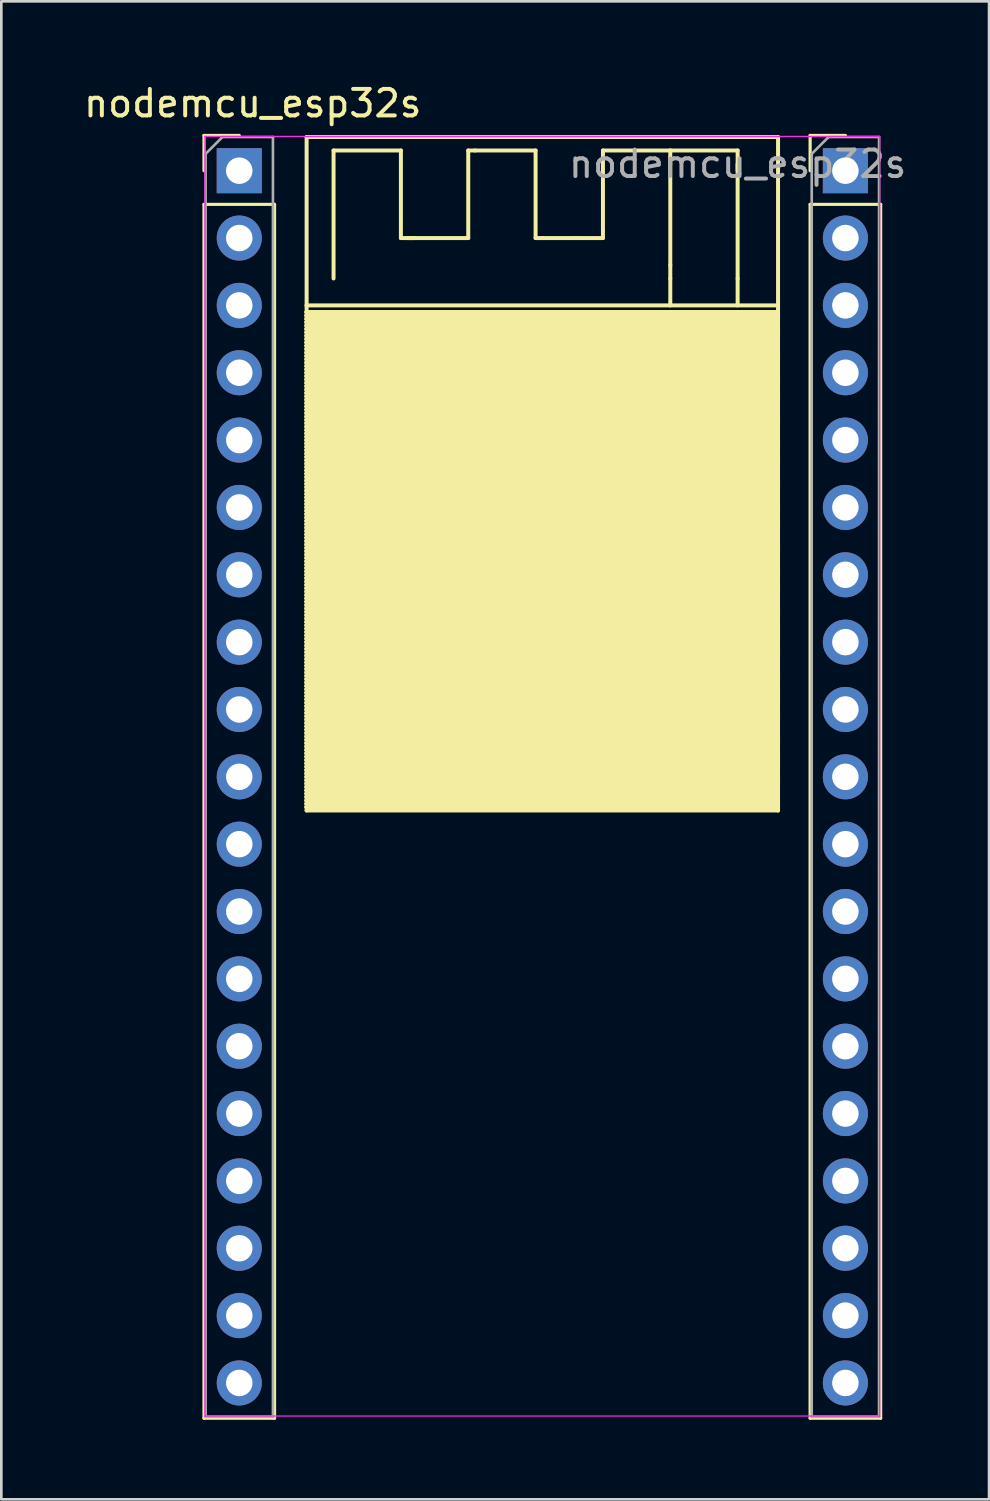
<source format=kicad_pcb>
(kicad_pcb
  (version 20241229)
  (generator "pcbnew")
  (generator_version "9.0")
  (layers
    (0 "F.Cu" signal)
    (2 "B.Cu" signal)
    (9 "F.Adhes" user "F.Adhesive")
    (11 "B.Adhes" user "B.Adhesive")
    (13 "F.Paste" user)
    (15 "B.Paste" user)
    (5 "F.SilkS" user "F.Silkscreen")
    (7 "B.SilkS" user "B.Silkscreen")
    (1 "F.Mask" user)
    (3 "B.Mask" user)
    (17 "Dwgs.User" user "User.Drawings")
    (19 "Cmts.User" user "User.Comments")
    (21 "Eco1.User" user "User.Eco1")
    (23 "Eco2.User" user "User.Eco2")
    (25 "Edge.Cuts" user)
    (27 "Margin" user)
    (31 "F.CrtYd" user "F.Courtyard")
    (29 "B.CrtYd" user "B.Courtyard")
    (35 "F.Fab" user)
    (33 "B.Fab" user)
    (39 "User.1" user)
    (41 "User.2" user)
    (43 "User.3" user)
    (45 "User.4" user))
  (footprint "nodemcu_esp32s"
    (layer "F.Cu")
    (at 5.974 3.896)
    (property "Reference" "nodemcu_esp32s" (at 0.508 -3.048 0) (layer "F.SilkS") (effects (font (size 1 1) (thickness 0.15))))
    (attr through_hole)
    (fp_line (start -1.33 -1.838) (end 0 -1.838) (stroke (width 0.12) (type solid)) (layer "F.SilkS"))
    (fp_line (start -1.33 -0.508) (end -1.33 -1.838) (stroke (width 0.12) (type solid)) (layer "F.SilkS"))
    (fp_line (start -1.33 0.762) (end -1.33 46.542) (stroke (width 0.12) (type solid)) (layer "F.SilkS"))
    (fp_line (start -1.33 0.762) (end 1.33 0.762) (stroke (width 0.12) (type solid)) (layer "F.SilkS"))
    (fp_line (start -1.33 46.542) (end 1.33 46.542) (stroke (width 0.12) (type solid)) (layer "F.SilkS"))
    (fp_line (start 1.33 0.762) (end 1.33 46.542) (stroke (width 0.12) (type solid)) (layer "F.SilkS"))
    (fp_line (start 2.54 -1.778) (end 20.32 -1.778) (stroke (width 0.15) (type solid)) (layer "F.SilkS"))
    (fp_line (start 2.54 4.572) (end 2.54 -1.778) (stroke (width 0.15) (type solid)) (layer "F.SilkS"))
    (fp_line (start 2.54 4.572) (end 2.54 23.622) (stroke (width 0.15) (type solid)) (layer "F.SilkS"))
    (fp_line (start 2.54 4.572) (end 20.32 4.572) (stroke (width 0.15) (type solid)) (layer "F.SilkS"))
    (fp_line (start 2.54 4.826) (end 20.32 4.826) (stroke (width 0.15) (type solid)) (layer "F.SilkS"))
    (fp_line (start 2.54 4.826) (end 20.32 4.826) (stroke (width 0.15) (type solid)) (layer "F.SilkS"))
    (fp_line (start 2.54 4.826) (end 20.32 4.826) (stroke (width 0.15) (type solid)) (layer "F.SilkS"))
    (fp_line (start 2.54 4.826) (end 20.32 4.826) (stroke (width 0.15) (type solid)) (layer "F.SilkS"))
    (fp_line (start 2.54 4.826) (end 20.32 4.826) (stroke (width 0.15) (type solid)) (layer "F.SilkS"))
    (fp_line (start 2.54 4.953) (end 20.32 4.953) (stroke (width 0.15) (type solid)) (layer "F.SilkS"))
    (fp_line (start 2.54 4.953) (end 20.32 4.953) (stroke (width 0.15) (type solid)) (layer "F.SilkS"))
    (fp_line (start 2.54 4.953) (end 20.32 4.953) (stroke (width 0.15) (type solid)) (layer "F.SilkS"))
    (fp_line (start 2.54 4.953) (end 20.32 4.953) (stroke (width 0.15) (type solid)) (layer "F.SilkS"))
    (fp_line (start 2.54 4.953) (end 20.32 4.953) (stroke (width 0.15) (type solid)) (layer "F.SilkS"))
    (fp_line (start 2.54 5.08) (end 20.32 5.08) (stroke (width 0.15) (type solid)) (layer "F.SilkS"))
    (fp_line (start 2.54 5.08) (end 20.32 5.08) (stroke (width 0.15) (type solid)) (layer "F.SilkS"))
    (fp_line (start 2.54 5.08) (end 20.32 5.08) (stroke (width 0.15) (type solid)) (layer "F.SilkS"))
    (fp_line (start 2.54 5.08) (end 20.32 5.08) (stroke (width 0.15) (type solid)) (layer "F.SilkS"))
    (fp_line (start 2.54 5.08) (end 20.32 5.08) (stroke (width 0.15) (type solid)) (layer "F.SilkS"))
    (fp_line (start 2.54 5.207) (end 20.32 5.207) (stroke (width 0.15) (type solid)) (layer "F.SilkS"))
    (fp_line (start 2.54 5.207) (end 20.32 5.207) (stroke (width 0.15) (type solid)) (layer "F.SilkS"))
    (fp_line (start 2.54 5.207) (end 20.32 5.207) (stroke (width 0.15) (type solid)) (layer "F.SilkS"))
    (fp_line (start 2.54 5.207) (end 20.32 5.207) (stroke (width 0.15) (type solid)) (layer "F.SilkS"))
    (fp_line (start 2.54 5.207) (end 20.32 5.207) (stroke (width 0.15) (type solid)) (layer "F.SilkS"))
    (fp_line (start 2.54 5.334) (end 20.32 5.334) (stroke (width 0.15) (type solid)) (layer "F.SilkS"))
    (fp_line (start 2.54 5.334) (end 20.32 5.334) (stroke (width 0.15) (type solid)) (layer "F.SilkS"))
    (fp_line (start 2.54 5.334) (end 20.32 5.334) (stroke (width 0.15) (type solid)) (layer "F.SilkS"))
    (fp_line (start 2.54 5.334) (end 20.32 5.334) (stroke (width 0.15) (type solid)) (layer "F.SilkS"))
    (fp_line (start 2.54 5.334) (end 20.32 5.334) (stroke (width 0.15) (type solid)) (layer "F.SilkS"))
    (fp_line (start 2.54 5.461) (end 20.32 5.461) (stroke (width 0.15) (type solid)) (layer "F.SilkS"))
    (fp_line (start 2.54 5.461) (end 20.32 5.461) (stroke (width 0.15) (type solid)) (layer "F.SilkS"))
    (fp_line (start 2.54 5.461) (end 20.32 5.461) (stroke (width 0.15) (type solid)) (layer "F.SilkS"))
    (fp_line (start 2.54 5.461) (end 20.32 5.461) (stroke (width 0.15) (type solid)) (layer "F.SilkS"))
    (fp_line (start 2.54 5.461) (end 20.32 5.461) (stroke (width 0.15) (type solid)) (layer "F.SilkS"))
    (fp_line (start 2.54 5.588) (end 20.32 5.588) (stroke (width 0.15) (type solid)) (layer "F.SilkS"))
    (fp_line (start 2.54 5.588) (end 20.32 5.588) (stroke (width 0.15) (type solid)) (layer "F.SilkS"))
    (fp_line (start 2.54 5.588) (end 20.32 5.588) (stroke (width 0.15) (type solid)) (layer "F.SilkS"))
    (fp_line (start 2.54 5.588) (end 20.32 5.588) (stroke (width 0.15) (type solid)) (layer "F.SilkS"))
    (fp_line (start 2.54 5.588) (end 20.32 5.588) (stroke (width 0.15) (type solid)) (layer "F.SilkS"))
    (fp_line (start 2.54 5.715) (end 20.32 5.715) (stroke (width 0.15) (type solid)) (layer "F.SilkS"))
    (fp_line (start 2.54 5.715) (end 20.32 5.715) (stroke (width 0.15) (type solid)) (layer "F.SilkS"))
    (fp_line (start 2.54 5.715) (end 20.32 5.715) (stroke (width 0.15) (type solid)) (layer "F.SilkS"))
    (fp_line (start 2.54 5.715) (end 20.32 5.715) (stroke (width 0.15) (type solid)) (layer "F.SilkS"))
    (fp_line (start 2.54 5.715) (end 20.32 5.715) (stroke (width 0.15) (type solid)) (layer "F.SilkS"))
    (fp_line (start 2.54 5.842) (end 20.32 5.842) (stroke (width 0.15) (type solid)) (layer "F.SilkS"))
    (fp_line (start 2.54 5.842) (end 20.32 5.842) (stroke (width 0.15) (type solid)) (layer "F.SilkS"))
    (fp_line (start 2.54 5.842) (end 20.32 5.842) (stroke (width 0.15) (type solid)) (layer "F.SilkS"))
    (fp_line (start 2.54 5.842) (end 20.32 5.842) (stroke (width 0.15) (type solid)) (layer "F.SilkS"))
    (fp_line (start 2.54 5.842) (end 20.32 5.842) (stroke (width 0.15) (type solid)) (layer "F.SilkS"))
    (fp_line (start 2.54 5.969) (end 20.32 5.969) (stroke (width 0.15) (type solid)) (layer "F.SilkS"))
    (fp_line (start 2.54 5.969) (end 20.32 5.969) (stroke (width 0.15) (type solid)) (layer "F.SilkS"))
    (fp_line (start 2.54 5.969) (end 20.32 5.969) (stroke (width 0.15) (type solid)) (layer "F.SilkS"))
    (fp_line (start 2.54 5.969) (end 20.32 5.969) (stroke (width 0.15) (type solid)) (layer "F.SilkS"))
    (fp_line (start 2.54 5.969) (end 20.32 5.969) (stroke (width 0.15) (type solid)) (layer "F.SilkS"))
    (fp_line (start 2.54 6.096) (end 20.32 6.096) (stroke (width 0.15) (type solid)) (layer "F.SilkS"))
    (fp_line (start 2.54 6.096) (end 20.32 6.096) (stroke (width 0.15) (type solid)) (layer "F.SilkS"))
    (fp_line (start 2.54 6.096) (end 20.32 6.096) (stroke (width 0.15) (type solid)) (layer "F.SilkS"))
    (fp_line (start 2.54 6.096) (end 20.32 6.096) (stroke (width 0.15) (type solid)) (layer "F.SilkS"))
    (fp_line (start 2.54 6.096) (end 20.32 6.096) (stroke (width 0.15) (type solid)) (layer "F.SilkS"))
    (fp_line (start 2.54 6.223) (end 20.32 6.223) (stroke (width 0.15) (type solid)) (layer "F.SilkS"))
    (fp_line (start 2.54 6.223) (end 20.32 6.223) (stroke (width 0.15) (type solid)) (layer "F.SilkS"))
    (fp_line (start 2.54 6.223) (end 20.32 6.223) (stroke (width 0.15) (type solid)) (layer "F.SilkS"))
    (fp_line (start 2.54 6.223) (end 20.32 6.223) (stroke (width 0.15) (type solid)) (layer "F.SilkS"))
    (fp_line (start 2.54 6.223) (end 20.32 6.223) (stroke (width 0.15) (type solid)) (layer "F.SilkS"))
    (fp_line (start 2.54 6.35) (end 20.32 6.35) (stroke (width 0.15) (type solid)) (layer "F.SilkS"))
    (fp_line (start 2.54 6.35) (end 20.32 6.35) (stroke (width 0.15) (type solid)) (layer "F.SilkS"))
    (fp_line (start 2.54 6.35) (end 20.32 6.35) (stroke (width 0.15) (type solid)) (layer "F.SilkS"))
    (fp_line (start 2.54 6.35) (end 20.32 6.35) (stroke (width 0.15) (type solid)) (layer "F.SilkS"))
    (fp_line (start 2.54 6.35) (end 20.32 6.35) (stroke (width 0.15) (type solid)) (layer "F.SilkS"))
    (fp_line (start 2.54 6.477) (end 20.32 6.477) (stroke (width 0.15) (type solid)) (layer "F.SilkS"))
    (fp_line (start 2.54 6.477) (end 20.32 6.477) (stroke (width 0.15) (type solid)) (layer "F.SilkS"))
    (fp_line (start 2.54 6.477) (end 20.32 6.477) (stroke (width 0.15) (type solid)) (layer "F.SilkS"))
    (fp_line (start 2.54 6.477) (end 20.32 6.477) (stroke (width 0.15) (type solid)) (layer "F.SilkS"))
    (fp_line (start 2.54 6.477) (end 20.32 6.477) (stroke (width 0.15) (type solid)) (layer "F.SilkS"))
    (fp_line (start 2.54 6.604) (end 20.32 6.604) (stroke (width 0.15) (type solid)) (layer "F.SilkS"))
    (fp_line (start 2.54 6.604) (end 20.32 6.604) (stroke (width 0.15) (type solid)) (layer "F.SilkS"))
    (fp_line (start 2.54 6.604) (end 20.32 6.604) (stroke (width 0.15) (type solid)) (layer "F.SilkS"))
    (fp_line (start 2.54 6.604) (end 20.32 6.604) (stroke (width 0.15) (type solid)) (layer "F.SilkS"))
    (fp_line (start 2.54 6.604) (end 20.32 6.604) (stroke (width 0.15) (type solid)) (layer "F.SilkS"))
    (fp_line (start 2.54 6.731) (end 20.32 6.731) (stroke (width 0.15) (type solid)) (layer "F.SilkS"))
    (fp_line (start 2.54 6.731) (end 20.32 6.731) (stroke (width 0.15) (type solid)) (layer "F.SilkS"))
    (fp_line (start 2.54 6.731) (end 20.32 6.731) (stroke (width 0.15) (type solid)) (layer "F.SilkS"))
    (fp_line (start 2.54 6.731) (end 20.32 6.731) (stroke (width 0.15) (type solid)) (layer "F.SilkS"))
    (fp_line (start 2.54 6.731) (end 20.32 6.731) (stroke (width 0.15) (type solid)) (layer "F.SilkS"))
    (fp_line (start 2.54 6.858) (end 20.32 6.858) (stroke (width 0.15) (type solid)) (layer "F.SilkS"))
    (fp_line (start 2.54 6.858) (end 20.32 6.858) (stroke (width 0.15) (type solid)) (layer "F.SilkS"))
    (fp_line (start 2.54 6.858) (end 20.32 6.858) (stroke (width 0.15) (type solid)) (layer "F.SilkS"))
    (fp_line (start 2.54 6.858) (end 20.32 6.858) (stroke (width 0.15) (type solid)) (layer "F.SilkS"))
    (fp_line (start 2.54 6.858) (end 20.32 6.858) (stroke (width 0.15) (type solid)) (layer "F.SilkS"))
    (fp_line (start 2.54 6.985) (end 20.32 6.985) (stroke (width 0.15) (type solid)) (layer "F.SilkS"))
    (fp_line (start 2.54 6.985) (end 20.32 6.985) (stroke (width 0.15) (type solid)) (layer "F.SilkS"))
    (fp_line (start 2.54 6.985) (end 20.32 6.985) (stroke (width 0.15) (type solid)) (layer "F.SilkS"))
    (fp_line (start 2.54 6.985) (end 20.32 6.985) (stroke (width 0.15) (type solid)) (layer "F.SilkS"))
    (fp_line (start 2.54 6.985) (end 20.32 6.985) (stroke (width 0.15) (type solid)) (layer "F.SilkS"))
    (fp_line (start 2.54 7.112) (end 20.32 7.112) (stroke (width 0.15) (type solid)) (layer "F.SilkS"))
    (fp_line (start 2.54 7.112) (end 20.32 7.112) (stroke (width 0.15) (type solid)) (layer "F.SilkS"))
    (fp_line (start 2.54 7.112) (end 20.32 7.112) (stroke (width 0.15) (type solid)) (layer "F.SilkS"))
    (fp_line (start 2.54 7.112) (end 20.32 7.112) (stroke (width 0.15) (type solid)) (layer "F.SilkS"))
    (fp_line (start 2.54 7.112) (end 20.32 7.112) (stroke (width 0.15) (type solid)) (layer "F.SilkS"))
    (fp_line (start 2.54 7.239) (end 20.32 7.239) (stroke (width 0.15) (type solid)) (layer "F.SilkS"))
    (fp_line (start 2.54 7.239) (end 20.32 7.239) (stroke (width 0.15) (type solid)) (layer "F.SilkS"))
    (fp_line (start 2.54 7.239) (end 20.32 7.239) (stroke (width 0.15) (type solid)) (layer "F.SilkS"))
    (fp_line (start 2.54 7.239) (end 20.32 7.239) (stroke (width 0.15) (type solid)) (layer "F.SilkS"))
    (fp_line (start 2.54 7.239) (end 20.32 7.239) (stroke (width 0.15) (type solid)) (layer "F.SilkS"))
    (fp_line (start 2.54 7.366) (end 20.32 7.366) (stroke (width 0.15) (type solid)) (layer "F.SilkS"))
    (fp_line (start 2.54 7.366) (end 20.32 7.366) (stroke (width 0.15) (type solid)) (layer "F.SilkS"))
    (fp_line (start 2.54 7.366) (end 20.32 7.366) (stroke (width 0.15) (type solid)) (layer "F.SilkS"))
    (fp_line (start 2.54 7.366) (end 20.32 7.366) (stroke (width 0.15) (type solid)) (layer "F.SilkS"))
    (fp_line (start 2.54 7.366) (end 20.32 7.366) (stroke (width 0.15) (type solid)) (layer "F.SilkS"))
    (fp_line (start 2.54 7.493) (end 20.32 7.493) (stroke (width 0.15) (type solid)) (layer "F.SilkS"))
    (fp_line (start 2.54 7.493) (end 20.32 7.493) (stroke (width 0.15) (type solid)) (layer "F.SilkS"))
    (fp_line (start 2.54 7.493) (end 20.32 7.493) (stroke (width 0.15) (type solid)) (layer "F.SilkS"))
    (fp_line (start 2.54 7.493) (end 20.32 7.493) (stroke (width 0.15) (type solid)) (layer "F.SilkS"))
    (fp_line (start 2.54 7.493) (end 20.32 7.493) (stroke (width 0.15) (type solid)) (layer "F.SilkS"))
    (fp_line (start 2.54 7.62) (end 20.32 7.62) (stroke (width 0.15) (type solid)) (layer "F.SilkS"))
    (fp_line (start 2.54 7.62) (end 20.32 7.62) (stroke (width 0.15) (type solid)) (layer "F.SilkS"))
    (fp_line (start 2.54 7.62) (end 20.32 7.62) (stroke (width 0.15) (type solid)) (layer "F.SilkS"))
    (fp_line (start 2.54 7.62) (end 20.32 7.62) (stroke (width 0.15) (type solid)) (layer "F.SilkS"))
    (fp_line (start 2.54 7.62) (end 20.32 7.62) (stroke (width 0.15) (type solid)) (layer "F.SilkS"))
    (fp_line (start 2.54 7.747) (end 20.32 7.747) (stroke (width 0.15) (type solid)) (layer "F.SilkS"))
    (fp_line (start 2.54 7.747) (end 20.32 7.747) (stroke (width 0.15) (type solid)) (layer "F.SilkS"))
    (fp_line (start 2.54 7.747) (end 20.32 7.747) (stroke (width 0.15) (type solid)) (layer "F.SilkS"))
    (fp_line (start 2.54 7.747) (end 20.32 7.747) (stroke (width 0.15) (type solid)) (layer "F.SilkS"))
    (fp_line (start 2.54 7.747) (end 20.32 7.747) (stroke (width 0.15) (type solid)) (layer "F.SilkS"))
    (fp_line (start 2.54 7.874) (end 20.32 7.874) (stroke (width 0.15) (type solid)) (layer "F.SilkS"))
    (fp_line (start 2.54 7.874) (end 20.32 7.874) (stroke (width 0.15) (type solid)) (layer "F.SilkS"))
    (fp_line (start 2.54 7.874) (end 20.32 7.874) (stroke (width 0.15) (type solid)) (layer "F.SilkS"))
    (fp_line (start 2.54 7.874) (end 20.32 7.874) (stroke (width 0.15) (type solid)) (layer "F.SilkS"))
    (fp_line (start 2.54 7.874) (end 20.32 7.874) (stroke (width 0.15) (type solid)) (layer "F.SilkS"))
    (fp_line (start 2.54 8.001) (end 20.32 8.001) (stroke (width 0.15) (type solid)) (layer "F.SilkS"))
    (fp_line (start 2.54 8.001) (end 20.32 8.001) (stroke (width 0.15) (type solid)) (layer "F.SilkS"))
    (fp_line (start 2.54 8.001) (end 20.32 8.001) (stroke (width 0.15) (type solid)) (layer "F.SilkS"))
    (fp_line (start 2.54 8.001) (end 20.32 8.001) (stroke (width 0.15) (type solid)) (layer "F.SilkS"))
    (fp_line (start 2.54 8.001) (end 20.32 8.001) (stroke (width 0.15) (type solid)) (layer "F.SilkS"))
    (fp_line (start 2.54 8.128) (end 20.32 8.128) (stroke (width 0.15) (type solid)) (layer "F.SilkS"))
    (fp_line (start 2.54 8.128) (end 20.32 8.128) (stroke (width 0.15) (type solid)) (layer "F.SilkS"))
    (fp_line (start 2.54 8.128) (end 20.32 8.128) (stroke (width 0.15) (type solid)) (layer "F.SilkS"))
    (fp_line (start 2.54 8.128) (end 20.32 8.128) (stroke (width 0.15) (type solid)) (layer "F.SilkS"))
    (fp_line (start 2.54 8.128) (end 20.32 8.128) (stroke (width 0.15) (type solid)) (layer "F.SilkS"))
    (fp_line (start 2.54 8.255) (end 20.32 8.255) (stroke (width 0.15) (type solid)) (layer "F.SilkS"))
    (fp_line (start 2.54 8.255) (end 20.32 8.255) (stroke (width 0.15) (type solid)) (layer "F.SilkS"))
    (fp_line (start 2.54 8.255) (end 20.32 8.255) (stroke (width 0.15) (type solid)) (layer "F.SilkS"))
    (fp_line (start 2.54 8.255) (end 20.32 8.255) (stroke (width 0.15) (type solid)) (layer "F.SilkS"))
    (fp_line (start 2.54 8.255) (end 20.32 8.255) (stroke (width 0.15) (type solid)) (layer "F.SilkS"))
    (fp_line (start 2.54 8.382) (end 20.32 8.382) (stroke (width 0.15) (type solid)) (layer "F.SilkS"))
    (fp_line (start 2.54 8.382) (end 20.32 8.382) (stroke (width 0.15) (type solid)) (layer "F.SilkS"))
    (fp_line (start 2.54 8.382) (end 20.32 8.382) (stroke (width 0.15) (type solid)) (layer "F.SilkS"))
    (fp_line (start 2.54 8.382) (end 20.32 8.382) (stroke (width 0.15) (type solid)) (layer "F.SilkS"))
    (fp_line (start 2.54 8.382) (end 20.32 8.382) (stroke (width 0.15) (type solid)) (layer "F.SilkS"))
    (fp_line (start 2.54 8.509) (end 20.32 8.509) (stroke (width 0.15) (type solid)) (layer "F.SilkS"))
    (fp_line (start 2.54 8.509) (end 20.32 8.509) (stroke (width 0.15) (type solid)) (layer "F.SilkS"))
    (fp_line (start 2.54 8.509) (end 20.32 8.509) (stroke (width 0.15) (type solid)) (layer "F.SilkS"))
    (fp_line (start 2.54 8.509) (end 20.32 8.509) (stroke (width 0.15) (type solid)) (layer "F.SilkS"))
    (fp_line (start 2.54 8.509) (end 20.32 8.509) (stroke (width 0.15) (type solid)) (layer "F.SilkS"))
    (fp_line (start 2.54 8.636) (end 20.32 8.636) (stroke (width 0.15) (type solid)) (layer "F.SilkS"))
    (fp_line (start 2.54 8.636) (end 20.32 8.636) (stroke (width 0.15) (type solid)) (layer "F.SilkS"))
    (fp_line (start 2.54 8.636) (end 20.32 8.636) (stroke (width 0.15) (type solid)) (layer "F.SilkS"))
    (fp_line (start 2.54 8.636) (end 20.32 8.636) (stroke (width 0.15) (type solid)) (layer "F.SilkS"))
    (fp_line (start 2.54 8.636) (end 20.32 8.636) (stroke (width 0.15) (type solid)) (layer "F.SilkS"))
    (fp_line (start 2.54 8.763) (end 20.32 8.763) (stroke (width 0.15) (type solid)) (layer "F.SilkS"))
    (fp_line (start 2.54 8.763) (end 20.32 8.763) (stroke (width 0.15) (type solid)) (layer "F.SilkS"))
    (fp_line (start 2.54 8.763) (end 20.32 8.763) (stroke (width 0.15) (type solid)) (layer "F.SilkS"))
    (fp_line (start 2.54 8.763) (end 20.32 8.763) (stroke (width 0.15) (type solid)) (layer "F.SilkS"))
    (fp_line (start 2.54 8.763) (end 20.32 8.763) (stroke (width 0.15) (type solid)) (layer "F.SilkS"))
    (fp_line (start 2.54 8.89) (end 20.32 8.89) (stroke (width 0.15) (type solid)) (layer "F.SilkS"))
    (fp_line (start 2.54 8.89) (end 20.32 8.89) (stroke (width 0.15) (type solid)) (layer "F.SilkS"))
    (fp_line (start 2.54 8.89) (end 20.32 8.89) (stroke (width 0.15) (type solid)) (layer "F.SilkS"))
    (fp_line (start 2.54 8.89) (end 20.32 8.89) (stroke (width 0.15) (type solid)) (layer "F.SilkS"))
    (fp_line (start 2.54 8.89) (end 20.32 8.89) (stroke (width 0.15) (type solid)) (layer "F.SilkS"))
    (fp_line (start 2.54 9.017) (end 20.32 9.017) (stroke (width 0.15) (type solid)) (layer "F.SilkS"))
    (fp_line (start 2.54 9.017) (end 20.32 9.017) (stroke (width 0.15) (type solid)) (layer "F.SilkS"))
    (fp_line (start 2.54 9.017) (end 20.32 9.017) (stroke (width 0.15) (type solid)) (layer "F.SilkS"))
    (fp_line (start 2.54 9.017) (end 20.32 9.017) (stroke (width 0.15) (type solid)) (layer "F.SilkS"))
    (fp_line (start 2.54 9.017) (end 20.32 9.017) (stroke (width 0.15) (type solid)) (layer "F.SilkS"))
    (fp_line (start 2.54 9.144) (end 20.32 9.144) (stroke (width 0.15) (type solid)) (layer "F.SilkS"))
    (fp_line (start 2.54 9.144) (end 20.32 9.144) (stroke (width 0.15) (type solid)) (layer "F.SilkS"))
    (fp_line (start 2.54 9.144) (end 20.32 9.144) (stroke (width 0.15) (type solid)) (layer "F.SilkS"))
    (fp_line (start 2.54 9.144) (end 20.32 9.144) (stroke (width 0.15) (type solid)) (layer "F.SilkS"))
    (fp_line (start 2.54 9.144) (end 20.32 9.144) (stroke (width 0.15) (type solid)) (layer "F.SilkS"))
    (fp_line (start 2.54 9.271) (end 20.32 9.271) (stroke (width 0.15) (type solid)) (layer "F.SilkS"))
    (fp_line (start 2.54 9.271) (end 20.32 9.271) (stroke (width 0.15) (type solid)) (layer "F.SilkS"))
    (fp_line (start 2.54 9.271) (end 20.32 9.271) (stroke (width 0.15) (type solid)) (layer "F.SilkS"))
    (fp_line (start 2.54 9.271) (end 20.32 9.271) (stroke (width 0.15) (type solid)) (layer "F.SilkS"))
    (fp_line (start 2.54 9.271) (end 20.32 9.271) (stroke (width 0.15) (type solid)) (layer "F.SilkS"))
    (fp_line (start 2.54 9.398) (end 20.32 9.398) (stroke (width 0.15) (type solid)) (layer "F.SilkS"))
    (fp_line (start 2.54 9.398) (end 20.32 9.398) (stroke (width 0.15) (type solid)) (layer "F.SilkS"))
    (fp_line (start 2.54 9.398) (end 20.32 9.398) (stroke (width 0.15) (type solid)) (layer "F.SilkS"))
    (fp_line (start 2.54 9.398) (end 20.32 9.398) (stroke (width 0.15) (type solid)) (layer "F.SilkS"))
    (fp_line (start 2.54 9.398) (end 20.32 9.398) (stroke (width 0.15) (type solid)) (layer "F.SilkS"))
    (fp_line (start 2.54 9.525) (end 20.32 9.525) (stroke (width 0.15) (type solid)) (layer "F.SilkS"))
    (fp_line (start 2.54 9.525) (end 20.32 9.525) (stroke (width 0.15) (type solid)) (layer "F.SilkS"))
    (fp_line (start 2.54 9.525) (end 20.32 9.525) (stroke (width 0.15) (type solid)) (layer "F.SilkS"))
    (fp_line (start 2.54 9.525) (end 20.32 9.525) (stroke (width 0.15) (type solid)) (layer "F.SilkS"))
    (fp_line (start 2.54 9.525) (end 20.32 9.525) (stroke (width 0.15) (type solid)) (layer "F.SilkS"))
    (fp_line (start 2.54 9.652) (end 20.32 9.652) (stroke (width 0.15) (type solid)) (layer "F.SilkS"))
    (fp_line (start 2.54 9.652) (end 20.32 9.652) (stroke (width 0.15) (type solid)) (layer "F.SilkS"))
    (fp_line (start 2.54 9.652) (end 20.32 9.652) (stroke (width 0.15) (type solid)) (layer "F.SilkS"))
    (fp_line (start 2.54 9.652) (end 20.32 9.652) (stroke (width 0.15) (type solid)) (layer "F.SilkS"))
    (fp_line (start 2.54 9.652) (end 20.32 9.652) (stroke (width 0.15) (type solid)) (layer "F.SilkS"))
    (fp_line (start 2.54 9.779) (end 20.32 9.779) (stroke (width 0.15) (type solid)) (layer "F.SilkS"))
    (fp_line (start 2.54 9.779) (end 20.32 9.779) (stroke (width 0.15) (type solid)) (layer "F.SilkS"))
    (fp_line (start 2.54 9.779) (end 20.32 9.779) (stroke (width 0.15) (type solid)) (layer "F.SilkS"))
    (fp_line (start 2.54 9.779) (end 20.32 9.779) (stroke (width 0.15) (type solid)) (layer "F.SilkS"))
    (fp_line (start 2.54 9.779) (end 20.32 9.779) (stroke (width 0.15) (type solid)) (layer "F.SilkS"))
    (fp_line (start 2.54 9.906) (end 20.32 9.906) (stroke (width 0.15) (type solid)) (layer "F.SilkS"))
    (fp_line (start 2.54 9.906) (end 20.32 9.906) (stroke (width 0.15) (type solid)) (layer "F.SilkS"))
    (fp_line (start 2.54 9.906) (end 20.32 9.906) (stroke (width 0.15) (type solid)) (layer "F.SilkS"))
    (fp_line (start 2.54 9.906) (end 20.32 9.906) (stroke (width 0.15) (type solid)) (layer "F.SilkS"))
    (fp_line (start 2.54 9.906) (end 20.32 9.906) (stroke (width 0.15) (type solid)) (layer "F.SilkS"))
    (fp_line (start 2.54 10.033) (end 20.32 10.033) (stroke (width 0.15) (type solid)) (layer "F.SilkS"))
    (fp_line (start 2.54 10.033) (end 20.32 10.033) (stroke (width 0.15) (type solid)) (layer "F.SilkS"))
    (fp_line (start 2.54 10.033) (end 20.32 10.033) (stroke (width 0.15) (type solid)) (layer "F.SilkS"))
    (fp_line (start 2.54 10.033) (end 20.32 10.033) (stroke (width 0.15) (type solid)) (layer "F.SilkS"))
    (fp_line (start 2.54 10.033) (end 20.32 10.033) (stroke (width 0.15) (type solid)) (layer "F.SilkS"))
    (fp_line (start 2.54 10.16) (end 20.32 10.16) (stroke (width 0.15) (type solid)) (layer "F.SilkS"))
    (fp_line (start 2.54 10.16) (end 20.32 10.16) (stroke (width 0.15) (type solid)) (layer "F.SilkS"))
    (fp_line (start 2.54 10.16) (end 20.32 10.16) (stroke (width 0.15) (type solid)) (layer "F.SilkS"))
    (fp_line (start 2.54 10.16) (end 20.32 10.16) (stroke (width 0.15) (type solid)) (layer "F.SilkS"))
    (fp_line (start 2.54 10.16) (end 20.32 10.16) (stroke (width 0.15) (type solid)) (layer "F.SilkS"))
    (fp_line (start 2.54 10.287) (end 20.32 10.287) (stroke (width 0.15) (type solid)) (layer "F.SilkS"))
    (fp_line (start 2.54 10.287) (end 20.32 10.287) (stroke (width 0.15) (type solid)) (layer "F.SilkS"))
    (fp_line (start 2.54 10.287) (end 20.32 10.287) (stroke (width 0.15) (type solid)) (layer "F.SilkS"))
    (fp_line (start 2.54 10.287) (end 20.32 10.287) (stroke (width 0.15) (type solid)) (layer "F.SilkS"))
    (fp_line (start 2.54 10.287) (end 20.32 10.287) (stroke (width 0.15) (type solid)) (layer "F.SilkS"))
    (fp_line (start 2.54 10.414) (end 20.32 10.414) (stroke (width 0.15) (type solid)) (layer "F.SilkS"))
    (fp_line (start 2.54 10.414) (end 20.32 10.414) (stroke (width 0.15) (type solid)) (layer "F.SilkS"))
    (fp_line (start 2.54 10.414) (end 20.32 10.414) (stroke (width 0.15) (type solid)) (layer "F.SilkS"))
    (fp_line (start 2.54 10.414) (end 20.32 10.414) (stroke (width 0.15) (type solid)) (layer "F.SilkS"))
    (fp_line (start 2.54 10.414) (end 20.32 10.414) (stroke (width 0.15) (type solid)) (layer "F.SilkS"))
    (fp_line (start 2.54 10.541) (end 20.32 10.541) (stroke (width 0.15) (type solid)) (layer "F.SilkS"))
    (fp_line (start 2.54 10.541) (end 20.32 10.541) (stroke (width 0.15) (type solid)) (layer "F.SilkS"))
    (fp_line (start 2.54 10.541) (end 20.32 10.541) (stroke (width 0.15) (type solid)) (layer "F.SilkS"))
    (fp_line (start 2.54 10.541) (end 20.32 10.541) (stroke (width 0.15) (type solid)) (layer "F.SilkS"))
    (fp_line (start 2.54 10.541) (end 20.32 10.541) (stroke (width 0.15) (type solid)) (layer "F.SilkS"))
    (fp_line (start 2.54 10.668) (end 20.32 10.668) (stroke (width 0.15) (type solid)) (layer "F.SilkS"))
    (fp_line (start 2.54 10.668) (end 20.32 10.668) (stroke (width 0.15) (type solid)) (layer "F.SilkS"))
    (fp_line (start 2.54 10.668) (end 20.32 10.668) (stroke (width 0.15) (type solid)) (layer "F.SilkS"))
    (fp_line (start 2.54 10.668) (end 20.32 10.668) (stroke (width 0.15) (type solid)) (layer "F.SilkS"))
    (fp_line (start 2.54 10.668) (end 20.32 10.668) (stroke (width 0.15) (type solid)) (layer "F.SilkS"))
    (fp_line (start 2.54 10.795) (end 20.32 10.795) (stroke (width 0.15) (type solid)) (layer "F.SilkS"))
    (fp_line (start 2.54 10.795) (end 20.32 10.795) (stroke (width 0.15) (type solid)) (layer "F.SilkS"))
    (fp_line (start 2.54 10.795) (end 20.32 10.795) (stroke (width 0.15) (type solid)) (layer "F.SilkS"))
    (fp_line (start 2.54 10.795) (end 20.32 10.795) (stroke (width 0.15) (type solid)) (layer "F.SilkS"))
    (fp_line (start 2.54 10.795) (end 20.32 10.795) (stroke (width 0.15) (type solid)) (layer "F.SilkS"))
    (fp_line (start 2.54 10.922) (end 20.32 10.922) (stroke (width 0.15) (type solid)) (layer "F.SilkS"))
    (fp_line (start 2.54 10.922) (end 20.32 10.922) (stroke (width 0.15) (type solid)) (layer "F.SilkS"))
    (fp_line (start 2.54 10.922) (end 20.32 10.922) (stroke (width 0.15) (type solid)) (layer "F.SilkS"))
    (fp_line (start 2.54 10.922) (end 20.32 10.922) (stroke (width 0.15) (type solid)) (layer "F.SilkS"))
    (fp_line (start 2.54 10.922) (end 20.32 10.922) (stroke (width 0.15) (type solid)) (layer "F.SilkS"))
    (fp_line (start 2.54 11.049) (end 20.32 11.049) (stroke (width 0.15) (type solid)) (layer "F.SilkS"))
    (fp_line (start 2.54 11.049) (end 20.32 11.049) (stroke (width 0.15) (type solid)) (layer "F.SilkS"))
    (fp_line (start 2.54 11.049) (end 20.32 11.049) (stroke (width 0.15) (type solid)) (layer "F.SilkS"))
    (fp_line (start 2.54 11.049) (end 20.32 11.049) (stroke (width 0.15) (type solid)) (layer "F.SilkS"))
    (fp_line (start 2.54 11.049) (end 20.32 11.049) (stroke (width 0.15) (type solid)) (layer "F.SilkS"))
    (fp_line (start 2.54 11.176) (end 20.32 11.176) (stroke (width 0.15) (type solid)) (layer "F.SilkS"))
    (fp_line (start 2.54 11.176) (end 20.32 11.176) (stroke (width 0.15) (type solid)) (layer "F.SilkS"))
    (fp_line (start 2.54 11.176) (end 20.32 11.176) (stroke (width 0.15) (type solid)) (layer "F.SilkS"))
    (fp_line (start 2.54 11.176) (end 20.32 11.176) (stroke (width 0.15) (type solid)) (layer "F.SilkS"))
    (fp_line (start 2.54 11.176) (end 20.32 11.176) (stroke (width 0.15) (type solid)) (layer "F.SilkS"))
    (fp_line (start 2.54 11.303) (end 20.32 11.303) (stroke (width 0.15) (type solid)) (layer "F.SilkS"))
    (fp_line (start 2.54 11.303) (end 20.32 11.303) (stroke (width 0.15) (type solid)) (layer "F.SilkS"))
    (fp_line (start 2.54 11.303) (end 20.32 11.303) (stroke (width 0.15) (type solid)) (layer "F.SilkS"))
    (fp_line (start 2.54 11.303) (end 20.32 11.303) (stroke (width 0.15) (type solid)) (layer "F.SilkS"))
    (fp_line (start 2.54 11.303) (end 20.32 11.303) (stroke (width 0.15) (type solid)) (layer "F.SilkS"))
    (fp_line (start 2.54 11.43) (end 20.32 11.43) (stroke (width 0.15) (type solid)) (layer "F.SilkS"))
    (fp_line (start 2.54 11.43) (end 20.32 11.43) (stroke (width 0.15) (type solid)) (layer "F.SilkS"))
    (fp_line (start 2.54 11.43) (end 20.32 11.43) (stroke (width 0.15) (type solid)) (layer "F.SilkS"))
    (fp_line (start 2.54 11.43) (end 20.32 11.43) (stroke (width 0.15) (type solid)) (layer "F.SilkS"))
    (fp_line (start 2.54 11.43) (end 20.32 11.43) (stroke (width 0.15) (type solid)) (layer "F.SilkS"))
    (fp_line (start 2.54 11.557) (end 20.32 11.557) (stroke (width 0.15) (type solid)) (layer "F.SilkS"))
    (fp_line (start 2.54 11.557) (end 20.32 11.557) (stroke (width 0.15) (type solid)) (layer "F.SilkS"))
    (fp_line (start 2.54 11.557) (end 20.32 11.557) (stroke (width 0.15) (type solid)) (layer "F.SilkS"))
    (fp_line (start 2.54 11.557) (end 20.32 11.557) (stroke (width 0.15) (type solid)) (layer "F.SilkS"))
    (fp_line (start 2.54 11.557) (end 20.32 11.557) (stroke (width 0.15) (type solid)) (layer "F.SilkS"))
    (fp_line (start 2.54 11.684) (end 20.32 11.684) (stroke (width 0.15) (type solid)) (layer "F.SilkS"))
    (fp_line (start 2.54 11.684) (end 20.32 11.684) (stroke (width 0.15) (type solid)) (layer "F.SilkS"))
    (fp_line (start 2.54 11.684) (end 20.32 11.684) (stroke (width 0.15) (type solid)) (layer "F.SilkS"))
    (fp_line (start 2.54 11.684) (end 20.32 11.684) (stroke (width 0.15) (type solid)) (layer "F.SilkS"))
    (fp_line (start 2.54 11.684) (end 20.32 11.684) (stroke (width 0.15) (type solid)) (layer "F.SilkS"))
    (fp_line (start 2.54 11.811) (end 20.32 11.811) (stroke (width 0.15) (type solid)) (layer "F.SilkS"))
    (fp_line (start 2.54 11.811) (end 20.32 11.811) (stroke (width 0.15) (type solid)) (layer "F.SilkS"))
    (fp_line (start 2.54 11.811) (end 20.32 11.811) (stroke (width 0.15) (type solid)) (layer "F.SilkS"))
    (fp_line (start 2.54 11.811) (end 20.32 11.811) (stroke (width 0.15) (type solid)) (layer "F.SilkS"))
    (fp_line (start 2.54 11.811) (end 20.32 11.811) (stroke (width 0.15) (type solid)) (layer "F.SilkS"))
    (fp_line (start 2.54 11.938) (end 20.32 11.938) (stroke (width 0.15) (type solid)) (layer "F.SilkS"))
    (fp_line (start 2.54 11.938) (end 20.32 11.938) (stroke (width 0.15) (type solid)) (layer "F.SilkS"))
    (fp_line (start 2.54 11.938) (end 20.32 11.938) (stroke (width 0.15) (type solid)) (layer "F.SilkS"))
    (fp_line (start 2.54 11.938) (end 20.32 11.938) (stroke (width 0.15) (type solid)) (layer "F.SilkS"))
    (fp_line (start 2.54 11.938) (end 20.32 11.938) (stroke (width 0.15) (type solid)) (layer "F.SilkS"))
    (fp_line (start 2.54 12.065) (end 20.32 12.065) (stroke (width 0.15) (type solid)) (layer "F.SilkS"))
    (fp_line (start 2.54 12.065) (end 20.32 12.065) (stroke (width 0.15) (type solid)) (layer "F.SilkS"))
    (fp_line (start 2.54 12.065) (end 20.32 12.065) (stroke (width 0.15) (type solid)) (layer "F.SilkS"))
    (fp_line (start 2.54 12.065) (end 20.32 12.065) (stroke (width 0.15) (type solid)) (layer "F.SilkS"))
    (fp_line (start 2.54 12.065) (end 20.32 12.065) (stroke (width 0.15) (type solid)) (layer "F.SilkS"))
    (fp_line (start 2.54 12.192) (end 20.32 12.192) (stroke (width 0.15) (type solid)) (layer "F.SilkS"))
    (fp_line (start 2.54 12.192) (end 20.32 12.192) (stroke (width 0.15) (type solid)) (layer "F.SilkS"))
    (fp_line (start 2.54 12.192) (end 20.32 12.192) (stroke (width 0.15) (type solid)) (layer "F.SilkS"))
    (fp_line (start 2.54 12.192) (end 20.32 12.192) (stroke (width 0.15) (type solid)) (layer "F.SilkS"))
    (fp_line (start 2.54 12.192) (end 20.32 12.192) (stroke (width 0.15) (type solid)) (layer "F.SilkS"))
    (fp_line (start 2.54 12.319) (end 20.32 12.319) (stroke (width 0.15) (type solid)) (layer "F.SilkS"))
    (fp_line (start 2.54 12.319) (end 20.32 12.319) (stroke (width 0.15) (type solid)) (layer "F.SilkS"))
    (fp_line (start 2.54 12.319) (end 20.32 12.319) (stroke (width 0.15) (type solid)) (layer "F.SilkS"))
    (fp_line (start 2.54 12.319) (end 20.32 12.319) (stroke (width 0.15) (type solid)) (layer "F.SilkS"))
    (fp_line (start 2.54 12.319) (end 20.32 12.319) (stroke (width 0.15) (type solid)) (layer "F.SilkS"))
    (fp_line (start 2.54 12.446) (end 20.32 12.446) (stroke (width 0.15) (type solid)) (layer "F.SilkS"))
    (fp_line (start 2.54 12.446) (end 20.32 12.446) (stroke (width 0.15) (type solid)) (layer "F.SilkS"))
    (fp_line (start 2.54 12.446) (end 20.32 12.446) (stroke (width 0.15) (type solid)) (layer "F.SilkS"))
    (fp_line (start 2.54 12.446) (end 20.32 12.446) (stroke (width 0.15) (type solid)) (layer "F.SilkS"))
    (fp_line (start 2.54 12.446) (end 20.32 12.446) (stroke (width 0.15) (type solid)) (layer "F.SilkS"))
    (fp_line (start 2.54 12.573) (end 20.32 12.573) (stroke (width 0.15) (type solid)) (layer "F.SilkS"))
    (fp_line (start 2.54 12.573) (end 20.32 12.573) (stroke (width 0.15) (type solid)) (layer "F.SilkS"))
    (fp_line (start 2.54 12.573) (end 20.32 12.573) (stroke (width 0.15) (type solid)) (layer "F.SilkS"))
    (fp_line (start 2.54 12.573) (end 20.32 12.573) (stroke (width 0.15) (type solid)) (layer "F.SilkS"))
    (fp_line (start 2.54 12.573) (end 20.32 12.573) (stroke (width 0.15) (type solid)) (layer "F.SilkS"))
    (fp_line (start 2.54 12.7) (end 20.32 12.7) (stroke (width 0.15) (type solid)) (layer "F.SilkS"))
    (fp_line (start 2.54 12.7) (end 20.32 12.7) (stroke (width 0.15) (type solid)) (layer "F.SilkS"))
    (fp_line (start 2.54 12.7) (end 20.32 12.7) (stroke (width 0.15) (type solid)) (layer "F.SilkS"))
    (fp_line (start 2.54 12.7) (end 20.32 12.7) (stroke (width 0.15) (type solid)) (layer "F.SilkS"))
    (fp_line (start 2.54 12.7) (end 20.32 12.7) (stroke (width 0.15) (type solid)) (layer "F.SilkS"))
    (fp_line (start 2.54 12.827) (end 20.32 12.827) (stroke (width 0.15) (type solid)) (layer "F.SilkS"))
    (fp_line (start 2.54 12.827) (end 20.32 12.827) (stroke (width 0.15) (type solid)) (layer "F.SilkS"))
    (fp_line (start 2.54 12.827) (end 20.32 12.827) (stroke (width 0.15) (type solid)) (layer "F.SilkS"))
    (fp_line (start 2.54 12.827) (end 20.32 12.827) (stroke (width 0.15) (type solid)) (layer "F.SilkS"))
    (fp_line (start 2.54 12.827) (end 20.32 12.827) (stroke (width 0.15) (type solid)) (layer "F.SilkS"))
    (fp_line (start 2.54 12.954) (end 20.32 12.954) (stroke (width 0.15) (type solid)) (layer "F.SilkS"))
    (fp_line (start 2.54 12.954) (end 20.32 12.954) (stroke (width 0.15) (type solid)) (layer "F.SilkS"))
    (fp_line (start 2.54 12.954) (end 20.32 12.954) (stroke (width 0.15) (type solid)) (layer "F.SilkS"))
    (fp_line (start 2.54 12.954) (end 20.32 12.954) (stroke (width 0.15) (type solid)) (layer "F.SilkS"))
    (fp_line (start 2.54 12.954) (end 20.32 12.954) (stroke (width 0.15) (type solid)) (layer "F.SilkS"))
    (fp_line (start 2.54 13.081) (end 20.32 13.081) (stroke (width 0.15) (type solid)) (layer "F.SilkS"))
    (fp_line (start 2.54 13.081) (end 20.32 13.081) (stroke (width 0.15) (type solid)) (layer "F.SilkS"))
    (fp_line (start 2.54 13.081) (end 20.32 13.081) (stroke (width 0.15) (type solid)) (layer "F.SilkS"))
    (fp_line (start 2.54 13.081) (end 20.32 13.081) (stroke (width 0.15) (type solid)) (layer "F.SilkS"))
    (fp_line (start 2.54 13.081) (end 20.32 13.081) (stroke (width 0.15) (type solid)) (layer "F.SilkS"))
    (fp_line (start 2.54 13.208) (end 20.32 13.208) (stroke (width 0.15) (type solid)) (layer "F.SilkS"))
    (fp_line (start 2.54 13.208) (end 20.32 13.208) (stroke (width 0.15) (type solid)) (layer "F.SilkS"))
    (fp_line (start 2.54 13.208) (end 20.32 13.208) (stroke (width 0.15) (type solid)) (layer "F.SilkS"))
    (fp_line (start 2.54 13.208) (end 20.32 13.208) (stroke (width 0.15) (type solid)) (layer "F.SilkS"))
    (fp_line (start 2.54 13.208) (end 20.32 13.208) (stroke (width 0.15) (type solid)) (layer "F.SilkS"))
    (fp_line (start 2.54 13.335) (end 20.32 13.335) (stroke (width 0.15) (type solid)) (layer "F.SilkS"))
    (fp_line (start 2.54 13.335) (end 20.32 13.335) (stroke (width 0.15) (type solid)) (layer "F.SilkS"))
    (fp_line (start 2.54 13.335) (end 20.32 13.335) (stroke (width 0.15) (type solid)) (layer "F.SilkS"))
    (fp_line (start 2.54 13.335) (end 20.32 13.335) (stroke (width 0.15) (type solid)) (layer "F.SilkS"))
    (fp_line (start 2.54 13.335) (end 20.32 13.335) (stroke (width 0.15) (type solid)) (layer "F.SilkS"))
    (fp_line (start 2.54 13.462) (end 20.32 13.462) (stroke (width 0.15) (type solid)) (layer "F.SilkS"))
    (fp_line (start 2.54 13.462) (end 20.32 13.462) (stroke (width 0.15) (type solid)) (layer "F.SilkS"))
    (fp_line (start 2.54 13.462) (end 20.32 13.462) (stroke (width 0.15) (type solid)) (layer "F.SilkS"))
    (fp_line (start 2.54 13.462) (end 20.32 13.462) (stroke (width 0.15) (type solid)) (layer "F.SilkS"))
    (fp_line (start 2.54 13.462) (end 20.32 13.462) (stroke (width 0.15) (type solid)) (layer "F.SilkS"))
    (fp_line (start 2.54 13.589) (end 20.32 13.589) (stroke (width 0.15) (type solid)) (layer "F.SilkS"))
    (fp_line (start 2.54 13.589) (end 20.32 13.589) (stroke (width 0.15) (type solid)) (layer "F.SilkS"))
    (fp_line (start 2.54 13.589) (end 20.32 13.589) (stroke (width 0.15) (type solid)) (layer "F.SilkS"))
    (fp_line (start 2.54 13.589) (end 20.32 13.589) (stroke (width 0.15) (type solid)) (layer "F.SilkS"))
    (fp_line (start 2.54 13.589) (end 20.32 13.589) (stroke (width 0.15) (type solid)) (layer "F.SilkS"))
    (fp_line (start 2.54 13.716) (end 20.32 13.716) (stroke (width 0.15) (type solid)) (layer "F.SilkS"))
    (fp_line (start 2.54 13.716) (end 20.32 13.716) (stroke (width 0.15) (type solid)) (layer "F.SilkS"))
    (fp_line (start 2.54 13.716) (end 20.32 13.716) (stroke (width 0.15) (type solid)) (layer "F.SilkS"))
    (fp_line (start 2.54 13.716) (end 20.32 13.716) (stroke (width 0.15) (type solid)) (layer "F.SilkS"))
    (fp_line (start 2.54 13.716) (end 20.32 13.716) (stroke (width 0.15) (type solid)) (layer "F.SilkS"))
    (fp_line (start 2.54 13.843) (end 20.32 13.843) (stroke (width 0.15) (type solid)) (layer "F.SilkS"))
    (fp_line (start 2.54 13.843) (end 20.32 13.843) (stroke (width 0.15) (type solid)) (layer "F.SilkS"))
    (fp_line (start 2.54 13.843) (end 20.32 13.843) (stroke (width 0.15) (type solid)) (layer "F.SilkS"))
    (fp_line (start 2.54 13.843) (end 20.32 13.843) (stroke (width 0.15) (type solid)) (layer "F.SilkS"))
    (fp_line (start 2.54 13.843) (end 20.32 13.843) (stroke (width 0.15) (type solid)) (layer "F.SilkS"))
    (fp_line (start 2.54 13.97) (end 20.32 13.97) (stroke (width 0.15) (type solid)) (layer "F.SilkS"))
    (fp_line (start 2.54 13.97) (end 20.32 13.97) (stroke (width 0.15) (type solid)) (layer "F.SilkS"))
    (fp_line (start 2.54 13.97) (end 20.32 13.97) (stroke (width 0.15) (type solid)) (layer "F.SilkS"))
    (fp_line (start 2.54 13.97) (end 20.32 13.97) (stroke (width 0.15) (type solid)) (layer "F.SilkS"))
    (fp_line (start 2.54 13.97) (end 20.32 13.97) (stroke (width 0.15) (type solid)) (layer "F.SilkS"))
    (fp_line (start 2.54 14.097) (end 20.32 14.097) (stroke (width 0.15) (type solid)) (layer "F.SilkS"))
    (fp_line (start 2.54 14.097) (end 20.32 14.097) (stroke (width 0.15) (type solid)) (layer "F.SilkS"))
    (fp_line (start 2.54 14.097) (end 20.32 14.097) (stroke (width 0.15) (type solid)) (layer "F.SilkS"))
    (fp_line (start 2.54 14.097) (end 20.32 14.097) (stroke (width 0.15) (type solid)) (layer "F.SilkS"))
    (fp_line (start 2.54 14.097) (end 20.32 14.097) (stroke (width 0.15) (type solid)) (layer "F.SilkS"))
    (fp_line (start 2.54 14.224) (end 20.32 14.224) (stroke (width 0.15) (type solid)) (layer "F.SilkS"))
    (fp_line (start 2.54 14.224) (end 20.32 14.224) (stroke (width 0.15) (type solid)) (layer "F.SilkS"))
    (fp_line (start 2.54 14.224) (end 20.32 14.224) (stroke (width 0.15) (type solid)) (layer "F.SilkS"))
    (fp_line (start 2.54 14.224) (end 20.32 14.224) (stroke (width 0.15) (type solid)) (layer "F.SilkS"))
    (fp_line (start 2.54 14.224) (end 20.32 14.224) (stroke (width 0.15) (type solid)) (layer "F.SilkS"))
    (fp_line (start 2.54 14.351) (end 20.32 14.351) (stroke (width 0.15) (type solid)) (layer "F.SilkS"))
    (fp_line (start 2.54 14.351) (end 20.32 14.351) (stroke (width 0.15) (type solid)) (layer "F.SilkS"))
    (fp_line (start 2.54 14.351) (end 20.32 14.351) (stroke (width 0.15) (type solid)) (layer "F.SilkS"))
    (fp_line (start 2.54 14.351) (end 20.32 14.351) (stroke (width 0.15) (type solid)) (layer "F.SilkS"))
    (fp_line (start 2.54 14.351) (end 20.32 14.351) (stroke (width 0.15) (type solid)) (layer "F.SilkS"))
    (fp_line (start 2.54 14.478) (end 20.32 14.478) (stroke (width 0.15) (type solid)) (layer "F.SilkS"))
    (fp_line (start 2.54 14.478) (end 20.32 14.478) (stroke (width 0.15) (type solid)) (layer "F.SilkS"))
    (fp_line (start 2.54 14.478) (end 20.32 14.478) (stroke (width 0.15) (type solid)) (layer "F.SilkS"))
    (fp_line (start 2.54 14.478) (end 20.32 14.478) (stroke (width 0.15) (type solid)) (layer "F.SilkS"))
    (fp_line (start 2.54 14.478) (end 20.32 14.478) (stroke (width 0.15) (type solid)) (layer "F.SilkS"))
    (fp_line (start 2.54 14.605) (end 20.32 14.605) (stroke (width 0.15) (type solid)) (layer "F.SilkS"))
    (fp_line (start 2.54 14.605) (end 20.32 14.605) (stroke (width 0.15) (type solid)) (layer "F.SilkS"))
    (fp_line (start 2.54 14.605) (end 20.32 14.605) (stroke (width 0.15) (type solid)) (layer "F.SilkS"))
    (fp_line (start 2.54 14.605) (end 20.32 14.605) (stroke (width 0.15) (type solid)) (layer "F.SilkS"))
    (fp_line (start 2.54 14.605) (end 20.32 14.605) (stroke (width 0.15) (type solid)) (layer "F.SilkS"))
    (fp_line (start 2.54 14.732) (end 20.32 14.732) (stroke (width 0.15) (type solid)) (layer "F.SilkS"))
    (fp_line (start 2.54 14.732) (end 20.32 14.732) (stroke (width 0.15) (type solid)) (layer "F.SilkS"))
    (fp_line (start 2.54 14.732) (end 20.32 14.732) (stroke (width 0.15) (type solid)) (layer "F.SilkS"))
    (fp_line (start 2.54 14.732) (end 20.32 14.732) (stroke (width 0.15) (type solid)) (layer "F.SilkS"))
    (fp_line (start 2.54 14.732) (end 20.32 14.732) (stroke (width 0.15) (type solid)) (layer "F.SilkS"))
    (fp_line (start 2.54 14.859) (end 20.32 14.859) (stroke (width 0.15) (type solid)) (layer "F.SilkS"))
    (fp_line (start 2.54 14.859) (end 20.32 14.859) (stroke (width 0.15) (type solid)) (layer "F.SilkS"))
    (fp_line (start 2.54 14.859) (end 20.32 14.859) (stroke (width 0.15) (type solid)) (layer "F.SilkS"))
    (fp_line (start 2.54 14.859) (end 20.32 14.859) (stroke (width 0.15) (type solid)) (layer "F.SilkS"))
    (fp_line (start 2.54 14.859) (end 20.32 14.859) (stroke (width 0.15) (type solid)) (layer "F.SilkS"))
    (fp_line (start 2.54 14.986) (end 20.32 14.986) (stroke (width 0.15) (type solid)) (layer "F.SilkS"))
    (fp_line (start 2.54 14.986) (end 20.32 14.986) (stroke (width 0.15) (type solid)) (layer "F.SilkS"))
    (fp_line (start 2.54 14.986) (end 20.32 14.986) (stroke (width 0.15) (type solid)) (layer "F.SilkS"))
    (fp_line (start 2.54 14.986) (end 20.32 14.986) (stroke (width 0.15) (type solid)) (layer "F.SilkS"))
    (fp_line (start 2.54 14.986) (end 20.32 14.986) (stroke (width 0.15) (type solid)) (layer "F.SilkS"))
    (fp_line (start 2.54 15.113) (end 20.32 15.113) (stroke (width 0.15) (type solid)) (layer "F.SilkS"))
    (fp_line (start 2.54 15.113) (end 20.32 15.113) (stroke (width 0.15) (type solid)) (layer "F.SilkS"))
    (fp_line (start 2.54 15.113) (end 20.32 15.113) (stroke (width 0.15) (type solid)) (layer "F.SilkS"))
    (fp_line (start 2.54 15.113) (end 20.32 15.113) (stroke (width 0.15) (type solid)) (layer "F.SilkS"))
    (fp_line (start 2.54 15.113) (end 20.32 15.113) (stroke (width 0.15) (type solid)) (layer "F.SilkS"))
    (fp_line (start 2.54 15.24) (end 20.32 15.24) (stroke (width 0.15) (type solid)) (layer "F.SilkS"))
    (fp_line (start 2.54 15.24) (end 20.32 15.24) (stroke (width 0.15) (type solid)) (layer "F.SilkS"))
    (fp_line (start 2.54 15.24) (end 20.32 15.24) (stroke (width 0.15) (type solid)) (layer "F.SilkS"))
    (fp_line (start 2.54 15.24) (end 20.32 15.24) (stroke (width 0.15) (type solid)) (layer "F.SilkS"))
    (fp_line (start 2.54 15.24) (end 20.32 15.24) (stroke (width 0.15) (type solid)) (layer "F.SilkS"))
    (fp_line (start 2.54 15.367) (end 20.32 15.367) (stroke (width 0.15) (type solid)) (layer "F.SilkS"))
    (fp_line (start 2.54 15.367) (end 20.32 15.367) (stroke (width 0.15) (type solid)) (layer "F.SilkS"))
    (fp_line (start 2.54 15.367) (end 20.32 15.367) (stroke (width 0.15) (type solid)) (layer "F.SilkS"))
    (fp_line (start 2.54 15.367) (end 20.32 15.367) (stroke (width 0.15) (type solid)) (layer "F.SilkS"))
    (fp_line (start 2.54 15.367) (end 20.32 15.367) (stroke (width 0.15) (type solid)) (layer "F.SilkS"))
    (fp_line (start 2.54 15.494) (end 20.32 15.494) (stroke (width 0.15) (type solid)) (layer "F.SilkS"))
    (fp_line (start 2.54 15.494) (end 20.32 15.494) (stroke (width 0.15) (type solid)) (layer "F.SilkS"))
    (fp_line (start 2.54 15.494) (end 20.32 15.494) (stroke (width 0.15) (type solid)) (layer "F.SilkS"))
    (fp_line (start 2.54 15.494) (end 20.32 15.494) (stroke (width 0.15) (type solid)) (layer "F.SilkS"))
    (fp_line (start 2.54 15.494) (end 20.32 15.494) (stroke (width 0.15) (type solid)) (layer "F.SilkS"))
    (fp_line (start 2.54 15.621) (end 20.32 15.621) (stroke (width 0.15) (type solid)) (layer "F.SilkS"))
    (fp_line (start 2.54 15.621) (end 20.32 15.621) (stroke (width 0.15) (type solid)) (layer "F.SilkS"))
    (fp_line (start 2.54 15.621) (end 20.32 15.621) (stroke (width 0.15) (type solid)) (layer "F.SilkS"))
    (fp_line (start 2.54 15.621) (end 20.32 15.621) (stroke (width 0.15) (type solid)) (layer "F.SilkS"))
    (fp_line (start 2.54 15.621) (end 20.32 15.621) (stroke (width 0.15) (type solid)) (layer "F.SilkS"))
    (fp_line (start 2.54 15.748) (end 20.32 15.748) (stroke (width 0.15) (type solid)) (layer "F.SilkS"))
    (fp_line (start 2.54 15.748) (end 20.32 15.748) (stroke (width 0.15) (type solid)) (layer "F.SilkS"))
    (fp_line (start 2.54 15.748) (end 20.32 15.748) (stroke (width 0.15) (type solid)) (layer "F.SilkS"))
    (fp_line (start 2.54 15.748) (end 20.32 15.748) (stroke (width 0.15) (type solid)) (layer "F.SilkS"))
    (fp_line (start 2.54 15.748) (end 20.32 15.748) (stroke (width 0.15) (type solid)) (layer "F.SilkS"))
    (fp_line (start 2.54 15.875) (end 20.32 15.875) (stroke (width 0.15) (type solid)) (layer "F.SilkS"))
    (fp_line (start 2.54 15.875) (end 20.32 15.875) (stroke (width 0.15) (type solid)) (layer "F.SilkS"))
    (fp_line (start 2.54 15.875) (end 20.32 15.875) (stroke (width 0.15) (type solid)) (layer "F.SilkS"))
    (fp_line (start 2.54 15.875) (end 20.32 15.875) (stroke (width 0.15) (type solid)) (layer "F.SilkS"))
    (fp_line (start 2.54 15.875) (end 20.32 15.875) (stroke (width 0.15) (type solid)) (layer "F.SilkS"))
    (fp_line (start 2.54 16.002) (end 20.32 16.002) (stroke (width 0.15) (type solid)) (layer "F.SilkS"))
    (fp_line (start 2.54 16.002) (end 20.32 16.002) (stroke (width 0.15) (type solid)) (layer "F.SilkS"))
    (fp_line (start 2.54 16.002) (end 20.32 16.002) (stroke (width 0.15) (type solid)) (layer "F.SilkS"))
    (fp_line (start 2.54 16.002) (end 20.32 16.002) (stroke (width 0.15) (type solid)) (layer "F.SilkS"))
    (fp_line (start 2.54 16.002) (end 20.32 16.002) (stroke (width 0.15) (type solid)) (layer "F.SilkS"))
    (fp_line (start 2.54 16.129) (end 20.32 16.129) (stroke (width 0.15) (type solid)) (layer "F.SilkS"))
    (fp_line (start 2.54 16.129) (end 20.32 16.129) (stroke (width 0.15) (type solid)) (layer "F.SilkS"))
    (fp_line (start 2.54 16.129) (end 20.32 16.129) (stroke (width 0.15) (type solid)) (layer "F.SilkS"))
    (fp_line (start 2.54 16.129) (end 20.32 16.129) (stroke (width 0.15) (type solid)) (layer "F.SilkS"))
    (fp_line (start 2.54 16.129) (end 20.32 16.129) (stroke (width 0.15) (type solid)) (layer "F.SilkS"))
    (fp_line (start 2.54 16.256) (end 20.32 16.256) (stroke (width 0.15) (type solid)) (layer "F.SilkS"))
    (fp_line (start 2.54 16.256) (end 20.32 16.256) (stroke (width 0.15) (type solid)) (layer "F.SilkS"))
    (fp_line (start 2.54 16.256) (end 20.32 16.256) (stroke (width 0.15) (type solid)) (layer "F.SilkS"))
    (fp_line (start 2.54 16.256) (end 20.32 16.256) (stroke (width 0.15) (type solid)) (layer "F.SilkS"))
    (fp_line (start 2.54 16.256) (end 20.32 16.256) (stroke (width 0.15) (type solid)) (layer "F.SilkS"))
    (fp_line (start 2.54 16.383) (end 20.32 16.383) (stroke (width 0.15) (type solid)) (layer "F.SilkS"))
    (fp_line (start 2.54 16.383) (end 20.32 16.383) (stroke (width 0.15) (type solid)) (layer "F.SilkS"))
    (fp_line (start 2.54 16.383) (end 20.32 16.383) (stroke (width 0.15) (type solid)) (layer "F.SilkS"))
    (fp_line (start 2.54 16.383) (end 20.32 16.383) (stroke (width 0.15) (type solid)) (layer "F.SilkS"))
    (fp_line (start 2.54 16.383) (end 20.32 16.383) (stroke (width 0.15) (type solid)) (layer "F.SilkS"))
    (fp_line (start 2.54 16.51) (end 20.32 16.51) (stroke (width 0.15) (type solid)) (layer "F.SilkS"))
    (fp_line (start 2.54 16.51) (end 20.32 16.51) (stroke (width 0.15) (type solid)) (layer "F.SilkS"))
    (fp_line (start 2.54 16.51) (end 20.32 16.51) (stroke (width 0.15) (type solid)) (layer "F.SilkS"))
    (fp_line (start 2.54 16.51) (end 20.32 16.51) (stroke (width 0.15) (type solid)) (layer "F.SilkS"))
    (fp_line (start 2.54 16.51) (end 20.32 16.51) (stroke (width 0.15) (type solid)) (layer "F.SilkS"))
    (fp_line (start 2.54 16.637) (end 20.32 16.637) (stroke (width 0.15) (type solid)) (layer "F.SilkS"))
    (fp_line (start 2.54 16.637) (end 20.32 16.637) (stroke (width 0.15) (type solid)) (layer "F.SilkS"))
    (fp_line (start 2.54 16.637) (end 20.32 16.637) (stroke (width 0.15) (type solid)) (layer "F.SilkS"))
    (fp_line (start 2.54 16.637) (end 20.32 16.637) (stroke (width 0.15) (type solid)) (layer "F.SilkS"))
    (fp_line (start 2.54 16.637) (end 20.32 16.637) (stroke (width 0.15) (type solid)) (layer "F.SilkS"))
    (fp_line (start 2.54 16.764) (end 20.32 16.764) (stroke (width 0.15) (type solid)) (layer "F.SilkS"))
    (fp_line (start 2.54 16.764) (end 20.32 16.764) (stroke (width 0.15) (type solid)) (layer "F.SilkS"))
    (fp_line (start 2.54 16.764) (end 20.32 16.764) (stroke (width 0.15) (type solid)) (layer "F.SilkS"))
    (fp_line (start 2.54 16.764) (end 20.32 16.764) (stroke (width 0.15) (type solid)) (layer "F.SilkS"))
    (fp_line (start 2.54 16.764) (end 20.32 16.764) (stroke (width 0.15) (type solid)) (layer "F.SilkS"))
    (fp_line (start 2.54 16.891) (end 20.32 16.891) (stroke (width 0.15) (type solid)) (layer "F.SilkS"))
    (fp_line (start 2.54 16.891) (end 20.32 16.891) (stroke (width 0.15) (type solid)) (layer "F.SilkS"))
    (fp_line (start 2.54 16.891) (end 20.32 16.891) (stroke (width 0.15) (type solid)) (layer "F.SilkS"))
    (fp_line (start 2.54 16.891) (end 20.32 16.891) (stroke (width 0.15) (type solid)) (layer "F.SilkS"))
    (fp_line (start 2.54 16.891) (end 20.32 16.891) (stroke (width 0.15) (type solid)) (layer "F.SilkS"))
    (fp_line (start 2.54 17.018) (end 20.32 17.018) (stroke (width 0.15) (type solid)) (layer "F.SilkS"))
    (fp_line (start 2.54 17.018) (end 20.32 17.018) (stroke (width 0.15) (type solid)) (layer "F.SilkS"))
    (fp_line (start 2.54 17.018) (end 20.32 17.018) (stroke (width 0.15) (type solid)) (layer "F.SilkS"))
    (fp_line (start 2.54 17.018) (end 20.32 17.018) (stroke (width 0.15) (type solid)) (layer "F.SilkS"))
    (fp_line (start 2.54 17.018) (end 20.32 17.018) (stroke (width 0.15) (type solid)) (layer "F.SilkS"))
    (fp_line (start 2.54 17.145) (end 20.32 17.145) (stroke (width 0.15) (type solid)) (layer "F.SilkS"))
    (fp_line (start 2.54 17.145) (end 20.32 17.145) (stroke (width 0.15) (type solid)) (layer "F.SilkS"))
    (fp_line (start 2.54 17.145) (end 20.32 17.145) (stroke (width 0.15) (type solid)) (layer "F.SilkS"))
    (fp_line (start 2.54 17.145) (end 20.32 17.145) (stroke (width 0.15) (type solid)) (layer "F.SilkS"))
    (fp_line (start 2.54 17.145) (end 20.32 17.145) (stroke (width 0.15) (type solid)) (layer "F.SilkS"))
    (fp_line (start 2.54 17.272) (end 20.32 17.272) (stroke (width 0.15) (type solid)) (layer "F.SilkS"))
    (fp_line (start 2.54 17.272) (end 20.32 17.272) (stroke (width 0.15) (type solid)) (layer "F.SilkS"))
    (fp_line (start 2.54 17.272) (end 20.32 17.272) (stroke (width 0.15) (type solid)) (layer "F.SilkS"))
    (fp_line (start 2.54 17.272) (end 20.32 17.272) (stroke (width 0.15) (type solid)) (layer "F.SilkS"))
    (fp_line (start 2.54 17.272) (end 20.32 17.272) (stroke (width 0.15) (type solid)) (layer "F.SilkS"))
    (fp_line (start 2.54 17.399) (end 20.32 17.399) (stroke (width 0.15) (type solid)) (layer "F.SilkS"))
    (fp_line (start 2.54 17.399) (end 20.32 17.399) (stroke (width 0.15) (type solid)) (layer "F.SilkS"))
    (fp_line (start 2.54 17.399) (end 20.32 17.399) (stroke (width 0.15) (type solid)) (layer "F.SilkS"))
    (fp_line (start 2.54 17.399) (end 20.32 17.399) (stroke (width 0.15) (type solid)) (layer "F.SilkS"))
    (fp_line (start 2.54 17.399) (end 20.32 17.399) (stroke (width 0.15) (type solid)) (layer "F.SilkS"))
    (fp_line (start 2.54 17.526) (end 20.32 17.526) (stroke (width 0.15) (type solid)) (layer "F.SilkS"))
    (fp_line (start 2.54 17.526) (end 20.32 17.526) (stroke (width 0.15) (type solid)) (layer "F.SilkS"))
    (fp_line (start 2.54 17.526) (end 20.32 17.526) (stroke (width 0.15) (type solid)) (layer "F.SilkS"))
    (fp_line (start 2.54 17.526) (end 20.32 17.526) (stroke (width 0.15) (type solid)) (layer "F.SilkS"))
    (fp_line (start 2.54 17.526) (end 20.32 17.526) (stroke (width 0.15) (type solid)) (layer "F.SilkS"))
    (fp_line (start 2.54 17.653) (end 20.32 17.653) (stroke (width 0.15) (type solid)) (layer "F.SilkS"))
    (fp_line (start 2.54 17.653) (end 20.32 17.653) (stroke (width 0.15) (type solid)) (layer "F.SilkS"))
    (fp_line (start 2.54 17.653) (end 20.32 17.653) (stroke (width 0.15) (type solid)) (layer "F.SilkS"))
    (fp_line (start 2.54 17.653) (end 20.32 17.653) (stroke (width 0.15) (type solid)) (layer "F.SilkS"))
    (fp_line (start 2.54 17.653) (end 20.32 17.653) (stroke (width 0.15) (type solid)) (layer "F.SilkS"))
    (fp_line (start 2.54 17.78) (end 20.32 17.78) (stroke (width 0.15) (type solid)) (layer "F.SilkS"))
    (fp_line (start 2.54 17.78) (end 20.32 17.78) (stroke (width 0.15) (type solid)) (layer "F.SilkS"))
    (fp_line (start 2.54 17.78) (end 20.32 17.78) (stroke (width 0.15) (type solid)) (layer "F.SilkS"))
    (fp_line (start 2.54 17.78) (end 20.32 17.78) (stroke (width 0.15) (type solid)) (layer "F.SilkS"))
    (fp_line (start 2.54 17.78) (end 20.32 17.78) (stroke (width 0.15) (type solid)) (layer "F.SilkS"))
    (fp_line (start 2.54 17.907) (end 20.32 17.907) (stroke (width 0.15) (type solid)) (layer "F.SilkS"))
    (fp_line (start 2.54 17.907) (end 20.32 17.907) (stroke (width 0.15) (type solid)) (layer "F.SilkS"))
    (fp_line (start 2.54 17.907) (end 20.32 17.907) (stroke (width 0.15) (type solid)) (layer "F.SilkS"))
    (fp_line (start 2.54 17.907) (end 20.32 17.907) (stroke (width 0.15) (type solid)) (layer "F.SilkS"))
    (fp_line (start 2.54 17.907) (end 20.32 17.907) (stroke (width 0.15) (type solid)) (layer "F.SilkS"))
    (fp_line (start 2.54 18.034) (end 20.32 18.034) (stroke (width 0.15) (type solid)) (layer "F.SilkS"))
    (fp_line (start 2.54 18.034) (end 20.32 18.034) (stroke (width 0.15) (type solid)) (layer "F.SilkS"))
    (fp_line (start 2.54 18.034) (end 20.32 18.034) (stroke (width 0.15) (type solid)) (layer "F.SilkS"))
    (fp_line (start 2.54 18.034) (end 20.32 18.034) (stroke (width 0.15) (type solid)) (layer "F.SilkS"))
    (fp_line (start 2.54 18.034) (end 20.32 18.034) (stroke (width 0.15) (type solid)) (layer "F.SilkS"))
    (fp_line (start 2.54 18.161) (end 20.32 18.161) (stroke (width 0.15) (type solid)) (layer "F.SilkS"))
    (fp_line (start 2.54 18.161) (end 20.32 18.161) (stroke (width 0.15) (type solid)) (layer "F.SilkS"))
    (fp_line (start 2.54 18.161) (end 20.32 18.161) (stroke (width 0.15) (type solid)) (layer "F.SilkS"))
    (fp_line (start 2.54 18.161) (end 20.32 18.161) (stroke (width 0.15) (type solid)) (layer "F.SilkS"))
    (fp_line (start 2.54 18.161) (end 20.32 18.161) (stroke (width 0.15) (type solid)) (layer "F.SilkS"))
    (fp_line (start 2.54 18.288) (end 20.32 18.288) (stroke (width 0.15) (type solid)) (layer "F.SilkS"))
    (fp_line (start 2.54 18.288) (end 20.32 18.288) (stroke (width 0.15) (type solid)) (layer "F.SilkS"))
    (fp_line (start 2.54 18.288) (end 20.32 18.288) (stroke (width 0.15) (type solid)) (layer "F.SilkS"))
    (fp_line (start 2.54 18.288) (end 20.32 18.288) (stroke (width 0.15) (type solid)) (layer "F.SilkS"))
    (fp_line (start 2.54 18.288) (end 20.32 18.288) (stroke (width 0.15) (type solid)) (layer "F.SilkS"))
    (fp_line (start 2.54 18.415) (end 20.32 18.415) (stroke (width 0.15) (type solid)) (layer "F.SilkS"))
    (fp_line (start 2.54 18.415) (end 20.32 18.415) (stroke (width 0.15) (type solid)) (layer "F.SilkS"))
    (fp_line (start 2.54 18.415) (end 20.32 18.415) (stroke (width 0.15) (type solid)) (layer "F.SilkS"))
    (fp_line (start 2.54 18.415) (end 20.32 18.415) (stroke (width 0.15) (type solid)) (layer "F.SilkS"))
    (fp_line (start 2.54 18.415) (end 20.32 18.415) (stroke (width 0.15) (type solid)) (layer "F.SilkS"))
    (fp_line (start 2.54 18.542) (end 20.32 18.542) (stroke (width 0.15) (type solid)) (layer "F.SilkS"))
    (fp_line (start 2.54 18.542) (end 20.32 18.542) (stroke (width 0.15) (type solid)) (layer "F.SilkS"))
    (fp_line (start 2.54 18.542) (end 20.32 18.542) (stroke (width 0.15) (type solid)) (layer "F.SilkS"))
    (fp_line (start 2.54 18.542) (end 20.32 18.542) (stroke (width 0.15) (type solid)) (layer "F.SilkS"))
    (fp_line (start 2.54 18.542) (end 20.32 18.542) (stroke (width 0.15) (type solid)) (layer "F.SilkS"))
    (fp_line (start 2.54 18.669) (end 20.32 18.669) (stroke (width 0.15) (type solid)) (layer "F.SilkS"))
    (fp_line (start 2.54 18.669) (end 20.32 18.669) (stroke (width 0.15) (type solid)) (layer "F.SilkS"))
    (fp_line (start 2.54 18.669) (end 20.32 18.669) (stroke (width 0.15) (type solid)) (layer "F.SilkS"))
    (fp_line (start 2.54 18.669) (end 20.32 18.669) (stroke (width 0.15) (type solid)) (layer "F.SilkS"))
    (fp_line (start 2.54 18.669) (end 20.32 18.669) (stroke (width 0.15) (type solid)) (layer "F.SilkS"))
    (fp_line (start 2.54 18.796) (end 20.32 18.796) (stroke (width 0.15) (type solid)) (layer "F.SilkS"))
    (fp_line (start 2.54 18.796) (end 20.32 18.796) (stroke (width 0.15) (type solid)) (layer "F.SilkS"))
    (fp_line (start 2.54 18.796) (end 20.32 18.796) (stroke (width 0.15) (type solid)) (layer "F.SilkS"))
    (fp_line (start 2.54 18.796) (end 20.32 18.796) (stroke (width 0.15) (type solid)) (layer "F.SilkS"))
    (fp_line (start 2.54 18.796) (end 20.32 18.796) (stroke (width 0.15) (type solid)) (layer "F.SilkS"))
    (fp_line (start 2.54 18.923) (end 20.32 18.923) (stroke (width 0.15) (type solid)) (layer "F.SilkS"))
    (fp_line (start 2.54 18.923) (end 20.32 18.923) (stroke (width 0.15) (type solid)) (layer "F.SilkS"))
    (fp_line (start 2.54 18.923) (end 20.32 18.923) (stroke (width 0.15) (type solid)) (layer "F.SilkS"))
    (fp_line (start 2.54 18.923) (end 20.32 18.923) (stroke (width 0.15) (type solid)) (layer "F.SilkS"))
    (fp_line (start 2.54 18.923) (end 20.32 18.923) (stroke (width 0.15) (type solid)) (layer "F.SilkS"))
    (fp_line (start 2.54 19.05) (end 20.32 19.05) (stroke (width 0.15) (type solid)) (layer "F.SilkS"))
    (fp_line (start 2.54 19.05) (end 20.32 19.05) (stroke (width 0.15) (type solid)) (layer "F.SilkS"))
    (fp_line (start 2.54 19.05) (end 20.32 19.05) (stroke (width 0.15) (type solid)) (layer "F.SilkS"))
    (fp_line (start 2.54 19.05) (end 20.32 19.05) (stroke (width 0.15) (type solid)) (layer "F.SilkS"))
    (fp_line (start 2.54 19.05) (end 20.32 19.05) (stroke (width 0.15) (type solid)) (layer "F.SilkS"))
    (fp_line (start 2.54 19.177) (end 20.32 19.177) (stroke (width 0.15) (type solid)) (layer "F.SilkS"))
    (fp_line (start 2.54 19.177) (end 20.32 19.177) (stroke (width 0.15) (type solid)) (layer "F.SilkS"))
    (fp_line (start 2.54 19.177) (end 20.32 19.177) (stroke (width 0.15) (type solid)) (layer "F.SilkS"))
    (fp_line (start 2.54 19.177) (end 20.32 19.177) (stroke (width 0.15) (type solid)) (layer "F.SilkS"))
    (fp_line (start 2.54 19.177) (end 20.32 19.177) (stroke (width 0.15) (type solid)) (layer "F.SilkS"))
    (fp_line (start 2.54 19.304) (end 20.32 19.304) (stroke (width 0.15) (type solid)) (layer "F.SilkS"))
    (fp_line (start 2.54 19.304) (end 20.32 19.304) (stroke (width 0.15) (type solid)) (layer "F.SilkS"))
    (fp_line (start 2.54 19.304) (end 20.32 19.304) (stroke (width 0.15) (type solid)) (layer "F.SilkS"))
    (fp_line (start 2.54 19.304) (end 20.32 19.304) (stroke (width 0.15) (type solid)) (layer "F.SilkS"))
    (fp_line (start 2.54 19.304) (end 20.32 19.304) (stroke (width 0.15) (type solid)) (layer "F.SilkS"))
    (fp_line (start 2.54 19.431) (end 20.32 19.431) (stroke (width 0.15) (type solid)) (layer "F.SilkS"))
    (fp_line (start 2.54 19.431) (end 20.32 19.431) (stroke (width 0.15) (type solid)) (layer "F.SilkS"))
    (fp_line (start 2.54 19.431) (end 20.32 19.431) (stroke (width 0.15) (type solid)) (layer "F.SilkS"))
    (fp_line (start 2.54 19.431) (end 20.32 19.431) (stroke (width 0.15) (type solid)) (layer "F.SilkS"))
    (fp_line (start 2.54 19.431) (end 20.32 19.431) (stroke (width 0.15) (type solid)) (layer "F.SilkS"))
    (fp_line (start 2.54 19.558) (end 20.32 19.558) (stroke (width 0.15) (type solid)) (layer "F.SilkS"))
    (fp_line (start 2.54 19.558) (end 20.32 19.558) (stroke (width 0.15) (type solid)) (layer "F.SilkS"))
    (fp_line (start 2.54 19.558) (end 20.32 19.558) (stroke (width 0.15) (type solid)) (layer "F.SilkS"))
    (fp_line (start 2.54 19.558) (end 20.32 19.558) (stroke (width 0.15) (type solid)) (layer "F.SilkS"))
    (fp_line (start 2.54 19.558) (end 20.32 19.558) (stroke (width 0.15) (type solid)) (layer "F.SilkS"))
    (fp_line (start 2.54 19.685) (end 20.32 19.685) (stroke (width 0.15) (type solid)) (layer "F.SilkS"))
    (fp_line (start 2.54 19.685) (end 20.32 19.685) (stroke (width 0.15) (type solid)) (layer "F.SilkS"))
    (fp_line (start 2.54 19.685) (end 20.32 19.685) (stroke (width 0.15) (type solid)) (layer "F.SilkS"))
    (fp_line (start 2.54 19.685) (end 20.32 19.685) (stroke (width 0.15) (type solid)) (layer "F.SilkS"))
    (fp_line (start 2.54 19.685) (end 20.32 19.685) (stroke (width 0.15) (type solid)) (layer "F.SilkS"))
    (fp_line (start 2.54 19.812) (end 20.32 19.812) (stroke (width 0.15) (type solid)) (layer "F.SilkS"))
    (fp_line (start 2.54 19.812) (end 20.32 19.812) (stroke (width 0.15) (type solid)) (layer "F.SilkS"))
    (fp_line (start 2.54 19.812) (end 20.32 19.812) (stroke (width 0.15) (type solid)) (layer "F.SilkS"))
    (fp_line (start 2.54 19.812) (end 20.32 19.812) (stroke (width 0.15) (type solid)) (layer "F.SilkS"))
    (fp_line (start 2.54 19.812) (end 20.32 19.812) (stroke (width 0.15) (type solid)) (layer "F.SilkS"))
    (fp_line (start 2.54 19.939) (end 20.32 19.939) (stroke (width 0.15) (type solid)) (layer "F.SilkS"))
    (fp_line (start 2.54 19.939) (end 20.32 19.939) (stroke (width 0.15) (type solid)) (layer "F.SilkS"))
    (fp_line (start 2.54 19.939) (end 20.32 19.939) (stroke (width 0.15) (type solid)) (layer "F.SilkS"))
    (fp_line (start 2.54 19.939) (end 20.32 19.939) (stroke (width 0.15) (type solid)) (layer "F.SilkS"))
    (fp_line (start 2.54 19.939) (end 20.32 19.939) (stroke (width 0.15) (type solid)) (layer "F.SilkS"))
    (fp_line (start 2.54 20.066) (end 20.32 20.066) (stroke (width 0.15) (type solid)) (layer "F.SilkS"))
    (fp_line (start 2.54 20.066) (end 20.32 20.066) (stroke (width 0.15) (type solid)) (layer "F.SilkS"))
    (fp_line (start 2.54 20.066) (end 20.32 20.066) (stroke (width 0.15) (type solid)) (layer "F.SilkS"))
    (fp_line (start 2.54 20.066) (end 20.32 20.066) (stroke (width 0.15) (type solid)) (layer "F.SilkS"))
    (fp_line (start 2.54 20.066) (end 20.32 20.066) (stroke (width 0.15) (type solid)) (layer "F.SilkS"))
    (fp_line (start 2.54 20.193) (end 20.32 20.193) (stroke (width 0.15) (type solid)) (layer "F.SilkS"))
    (fp_line (start 2.54 20.193) (end 20.32 20.193) (stroke (width 0.15) (type solid)) (layer "F.SilkS"))
    (fp_line (start 2.54 20.193) (end 20.32 20.193) (stroke (width 0.15) (type solid)) (layer "F.SilkS"))
    (fp_line (start 2.54 20.193) (end 20.32 20.193) (stroke (width 0.15) (type solid)) (layer "F.SilkS"))
    (fp_line (start 2.54 20.193) (end 20.32 20.193) (stroke (width 0.15) (type solid)) (layer "F.SilkS"))
    (fp_line (start 2.54 20.32) (end 20.32 20.32) (stroke (width 0.15) (type solid)) (layer "F.SilkS"))
    (fp_line (start 2.54 20.32) (end 20.32 20.32) (stroke (width 0.15) (type solid)) (layer "F.SilkS"))
    (fp_line (start 2.54 20.32) (end 20.32 20.32) (stroke (width 0.15) (type solid)) (layer "F.SilkS"))
    (fp_line (start 2.54 20.32) (end 20.32 20.32) (stroke (width 0.15) (type solid)) (layer "F.SilkS"))
    (fp_line (start 2.54 20.32) (end 20.32 20.32) (stroke (width 0.15) (type solid)) (layer "F.SilkS"))
    (fp_line (start 2.54 20.447) (end 20.32 20.447) (stroke (width 0.15) (type solid)) (layer "F.SilkS"))
    (fp_line (start 2.54 20.447) (end 20.32 20.447) (stroke (width 0.15) (type solid)) (layer "F.SilkS"))
    (fp_line (start 2.54 20.447) (end 20.32 20.447) (stroke (width 0.15) (type solid)) (layer "F.SilkS"))
    (fp_line (start 2.54 20.447) (end 20.32 20.447) (stroke (width 0.15) (type solid)) (layer "F.SilkS"))
    (fp_line (start 2.54 20.447) (end 20.32 20.447) (stroke (width 0.15) (type solid)) (layer "F.SilkS"))
    (fp_line (start 2.54 20.574) (end 20.32 20.574) (stroke (width 0.15) (type solid)) (layer "F.SilkS"))
    (fp_line (start 2.54 20.574) (end 20.32 20.574) (stroke (width 0.15) (type solid)) (layer "F.SilkS"))
    (fp_line (start 2.54 20.574) (end 20.32 20.574) (stroke (width 0.15) (type solid)) (layer "F.SilkS"))
    (fp_line (start 2.54 20.574) (end 20.32 20.574) (stroke (width 0.15) (type solid)) (layer "F.SilkS"))
    (fp_line (start 2.54 20.574) (end 20.32 20.574) (stroke (width 0.15) (type solid)) (layer "F.SilkS"))
    (fp_line (start 2.54 20.701) (end 20.32 20.701) (stroke (width 0.15) (type solid)) (layer "F.SilkS"))
    (fp_line (start 2.54 20.701) (end 20.32 20.701) (stroke (width 0.15) (type solid)) (layer "F.SilkS"))
    (fp_line (start 2.54 20.701) (end 20.32 20.701) (stroke (width 0.15) (type solid)) (layer "F.SilkS"))
    (fp_line (start 2.54 20.701) (end 20.32 20.701) (stroke (width 0.15) (type solid)) (layer "F.SilkS"))
    (fp_line (start 2.54 20.701) (end 20.32 20.701) (stroke (width 0.15) (type solid)) (layer "F.SilkS"))
    (fp_line (start 2.54 20.828) (end 20.32 20.828) (stroke (width 0.15) (type solid)) (layer "F.SilkS"))
    (fp_line (start 2.54 20.828) (end 20.32 20.828) (stroke (width 0.15) (type solid)) (layer "F.SilkS"))
    (fp_line (start 2.54 20.828) (end 20.32 20.828) (stroke (width 0.15) (type solid)) (layer "F.SilkS"))
    (fp_line (start 2.54 20.828) (end 20.32 20.828) (stroke (width 0.15) (type solid)) (layer "F.SilkS"))
    (fp_line (start 2.54 20.828) (end 20.32 20.828) (stroke (width 0.15) (type solid)) (layer "F.SilkS"))
    (fp_line (start 2.54 20.955) (end 20.32 20.955) (stroke (width 0.15) (type solid)) (layer "F.SilkS"))
    (fp_line (start 2.54 20.955) (end 20.32 20.955) (stroke (width 0.15) (type solid)) (layer "F.SilkS"))
    (fp_line (start 2.54 20.955) (end 20.32 20.955) (stroke (width 0.15) (type solid)) (layer "F.SilkS"))
    (fp_line (start 2.54 20.955) (end 20.32 20.955) (stroke (width 0.15) (type solid)) (layer "F.SilkS"))
    (fp_line (start 2.54 20.955) (end 20.32 20.955) (stroke (width 0.15) (type solid)) (layer "F.SilkS"))
    (fp_line (start 2.54 21.082) (end 20.32 21.082) (stroke (width 0.15) (type solid)) (layer "F.SilkS"))
    (fp_line (start 2.54 21.082) (end 20.32 21.082) (stroke (width 0.15) (type solid)) (layer "F.SilkS"))
    (fp_line (start 2.54 21.082) (end 20.32 21.082) (stroke (width 0.15) (type solid)) (layer "F.SilkS"))
    (fp_line (start 2.54 21.082) (end 20.32 21.082) (stroke (width 0.15) (type solid)) (layer "F.SilkS"))
    (fp_line (start 2.54 21.082) (end 20.32 21.082) (stroke (width 0.15) (type solid)) (layer "F.SilkS"))
    (fp_line (start 2.54 21.209) (end 20.32 21.209) (stroke (width 0.15) (type solid)) (layer "F.SilkS"))
    (fp_line (start 2.54 21.209) (end 20.32 21.209) (stroke (width 0.15) (type solid)) (layer "F.SilkS"))
    (fp_line (start 2.54 21.209) (end 20.32 21.209) (stroke (width 0.15) (type solid)) (layer "F.SilkS"))
    (fp_line (start 2.54 21.209) (end 20.32 21.209) (stroke (width 0.15) (type solid)) (layer "F.SilkS"))
    (fp_line (start 2.54 21.209) (end 20.32 21.209) (stroke (width 0.15) (type solid)) (layer "F.SilkS"))
    (fp_line (start 2.54 21.336) (end 20.32 21.336) (stroke (width 0.15) (type solid)) (layer "F.SilkS"))
    (fp_line (start 2.54 21.336) (end 20.32 21.336) (stroke (width 0.15) (type solid)) (layer "F.SilkS"))
    (fp_line (start 2.54 21.336) (end 20.32 21.336) (stroke (width 0.15) (type solid)) (layer "F.SilkS"))
    (fp_line (start 2.54 21.336) (end 20.32 21.336) (stroke (width 0.15) (type solid)) (layer "F.SilkS"))
    (fp_line (start 2.54 21.336) (end 20.32 21.336) (stroke (width 0.15) (type solid)) (layer "F.SilkS"))
    (fp_line (start 2.54 21.463) (end 20.32 21.463) (stroke (width 0.15) (type solid)) (layer "F.SilkS"))
    (fp_line (start 2.54 21.463) (end 20.32 21.463) (stroke (width 0.15) (type solid)) (layer "F.SilkS"))
    (fp_line (start 2.54 21.463) (end 20.32 21.463) (stroke (width 0.15) (type solid)) (layer "F.SilkS"))
    (fp_line (start 2.54 21.463) (end 20.32 21.463) (stroke (width 0.15) (type solid)) (layer "F.SilkS"))
    (fp_line (start 2.54 21.463) (end 20.32 21.463) (stroke (width 0.15) (type solid)) (layer "F.SilkS"))
    (fp_line (start 2.54 21.59) (end 20.32 21.59) (stroke (width 0.15) (type solid)) (layer "F.SilkS"))
    (fp_line (start 2.54 21.59) (end 20.32 21.59) (stroke (width 0.15) (type solid)) (layer "F.SilkS"))
    (fp_line (start 2.54 21.59) (end 20.32 21.59) (stroke (width 0.15) (type solid)) (layer "F.SilkS"))
    (fp_line (start 2.54 21.59) (end 20.32 21.59) (stroke (width 0.15) (type solid)) (layer "F.SilkS"))
    (fp_line (start 2.54 21.59) (end 20.32 21.59) (stroke (width 0.15) (type solid)) (layer "F.SilkS"))
    (fp_line (start 2.54 21.717) (end 20.32 21.717) (stroke (width 0.15) (type solid)) (layer "F.SilkS"))
    (fp_line (start 2.54 21.717) (end 20.32 21.717) (stroke (width 0.15) (type solid)) (layer "F.SilkS"))
    (fp_line (start 2.54 21.717) (end 20.32 21.717) (stroke (width 0.15) (type solid)) (layer "F.SilkS"))
    (fp_line (start 2.54 21.717) (end 20.32 21.717) (stroke (width 0.15) (type solid)) (layer "F.SilkS"))
    (fp_line (start 2.54 21.717) (end 20.32 21.717) (stroke (width 0.15) (type solid)) (layer "F.SilkS"))
    (fp_line (start 2.54 21.844) (end 20.32 21.844) (stroke (width 0.15) (type solid)) (layer "F.SilkS"))
    (fp_line (start 2.54 21.844) (end 20.32 21.844) (stroke (width 0.15) (type solid)) (layer "F.SilkS"))
    (fp_line (start 2.54 21.844) (end 20.32 21.844) (stroke (width 0.15) (type solid)) (layer "F.SilkS"))
    (fp_line (start 2.54 21.844) (end 20.32 21.844) (stroke (width 0.15) (type solid)) (layer "F.SilkS"))
    (fp_line (start 2.54 21.844) (end 20.32 21.844) (stroke (width 0.15) (type solid)) (layer "F.SilkS"))
    (fp_line (start 2.54 21.971) (end 20.32 21.971) (stroke (width 0.15) (type solid)) (layer "F.SilkS"))
    (fp_line (start 2.54 21.971) (end 20.32 21.971) (stroke (width 0.15) (type solid)) (layer "F.SilkS"))
    (fp_line (start 2.54 21.971) (end 20.32 21.971) (stroke (width 0.15) (type solid)) (layer "F.SilkS"))
    (fp_line (start 2.54 21.971) (end 20.32 21.971) (stroke (width 0.15) (type solid)) (layer "F.SilkS"))
    (fp_line (start 2.54 21.971) (end 20.32 21.971) (stroke (width 0.15) (type solid)) (layer "F.SilkS"))
    (fp_line (start 2.54 22.098) (end 20.32 22.098) (stroke (width 0.15) (type solid)) (layer "F.SilkS"))
    (fp_line (start 2.54 22.098) (end 20.32 22.098) (stroke (width 0.15) (type solid)) (layer "F.SilkS"))
    (fp_line (start 2.54 22.098) (end 20.32 22.098) (stroke (width 0.15) (type solid)) (layer "F.SilkS"))
    (fp_line (start 2.54 22.098) (end 20.32 22.098) (stroke (width 0.15) (type solid)) (layer "F.SilkS"))
    (fp_line (start 2.54 22.098) (end 20.32 22.098) (stroke (width 0.15) (type solid)) (layer "F.SilkS"))
    (fp_line (start 2.54 22.225) (end 20.32 22.225) (stroke (width 0.15) (type solid)) (layer "F.SilkS"))
    (fp_line (start 2.54 22.225) (end 20.32 22.225) (stroke (width 0.15) (type solid)) (layer "F.SilkS"))
    (fp_line (start 2.54 22.225) (end 20.32 22.225) (stroke (width 0.15) (type solid)) (layer "F.SilkS"))
    (fp_line (start 2.54 22.225) (end 20.32 22.225) (stroke (width 0.15) (type solid)) (layer "F.SilkS"))
    (fp_line (start 2.54 22.225) (end 20.32 22.225) (stroke (width 0.15) (type solid)) (layer "F.SilkS"))
    (fp_line (start 2.54 22.352) (end 20.32 22.352) (stroke (width 0.15) (type solid)) (layer "F.SilkS"))
    (fp_line (start 2.54 22.352) (end 20.32 22.352) (stroke (width 0.15) (type solid)) (layer "F.SilkS"))
    (fp_line (start 2.54 22.352) (end 20.32 22.352) (stroke (width 0.15) (type solid)) (layer "F.SilkS"))
    (fp_line (start 2.54 22.352) (end 20.32 22.352) (stroke (width 0.15) (type solid)) (layer "F.SilkS"))
    (fp_line (start 2.54 22.352) (end 20.32 22.352) (stroke (width 0.15) (type solid)) (layer "F.SilkS"))
    (fp_line (start 2.54 22.479) (end 20.32 22.479) (stroke (width 0.15) (type solid)) (layer "F.SilkS"))
    (fp_line (start 2.54 22.479) (end 20.32 22.479) (stroke (width 0.15) (type solid)) (layer "F.SilkS"))
    (fp_line (start 2.54 22.479) (end 20.32 22.479) (stroke (width 0.15) (type solid)) (layer "F.SilkS"))
    (fp_line (start 2.54 22.479) (end 20.32 22.479) (stroke (width 0.15) (type solid)) (layer "F.SilkS"))
    (fp_line (start 2.54 22.479) (end 20.32 22.479) (stroke (width 0.15) (type solid)) (layer "F.SilkS"))
    (fp_line (start 2.54 22.606) (end 20.32 22.606) (stroke (width 0.15) (type solid)) (layer "F.SilkS"))
    (fp_line (start 2.54 22.606) (end 20.32 22.606) (stroke (width 0.15) (type solid)) (layer "F.SilkS"))
    (fp_line (start 2.54 22.606) (end 20.32 22.606) (stroke (width 0.15) (type solid)) (layer "F.SilkS"))
    (fp_line (start 2.54 22.606) (end 20.32 22.606) (stroke (width 0.15) (type solid)) (layer "F.SilkS"))
    (fp_line (start 2.54 22.606) (end 20.32 22.606) (stroke (width 0.15) (type solid)) (layer "F.SilkS"))
    (fp_line (start 2.54 22.733) (end 20.32 22.733) (stroke (width 0.15) (type solid)) (layer "F.SilkS"))
    (fp_line (start 2.54 22.733) (end 20.32 22.733) (stroke (width 0.15) (type solid)) (layer "F.SilkS"))
    (fp_line (start 2.54 22.733) (end 20.32 22.733) (stroke (width 0.15) (type solid)) (layer "F.SilkS"))
    (fp_line (start 2.54 22.733) (end 20.32 22.733) (stroke (width 0.15) (type solid)) (layer "F.SilkS"))
    (fp_line (start 2.54 22.733) (end 20.32 22.733) (stroke (width 0.15) (type solid)) (layer "F.SilkS"))
    (fp_line (start 2.54 22.86) (end 20.32 22.86) (stroke (width 0.15) (type solid)) (layer "F.SilkS"))
    (fp_line (start 2.54 22.86) (end 20.32 22.86) (stroke (width 0.15) (type solid)) (layer "F.SilkS"))
    (fp_line (start 2.54 22.86) (end 20.32 22.86) (stroke (width 0.15) (type solid)) (layer "F.SilkS"))
    (fp_line (start 2.54 22.86) (end 20.32 22.86) (stroke (width 0.15) (type solid)) (layer "F.SilkS"))
    (fp_line (start 2.54 22.86) (end 20.32 22.86) (stroke (width 0.15) (type solid)) (layer "F.SilkS"))
    (fp_line (start 2.54 22.987) (end 20.32 22.987) (stroke (width 0.15) (type solid)) (layer "F.SilkS"))
    (fp_line (start 2.54 22.987) (end 20.32 22.987) (stroke (width 0.15) (type solid)) (layer "F.SilkS"))
    (fp_line (start 2.54 22.987) (end 20.32 22.987) (stroke (width 0.15) (type solid)) (layer "F.SilkS"))
    (fp_line (start 2.54 22.987) (end 20.32 22.987) (stroke (width 0.15) (type solid)) (layer "F.SilkS"))
    (fp_line (start 2.54 22.987) (end 20.32 22.987) (stroke (width 0.15) (type solid)) (layer "F.SilkS"))
    (fp_line (start 2.54 23.114) (end 20.32 23.114) (stroke (width 0.15) (type solid)) (layer "F.SilkS"))
    (fp_line (start 2.54 23.114) (end 20.32 23.114) (stroke (width 0.15) (type solid)) (layer "F.SilkS"))
    (fp_line (start 2.54 23.114) (end 20.32 23.114) (stroke (width 0.15) (type solid)) (layer "F.SilkS"))
    (fp_line (start 2.54 23.114) (end 20.32 23.114) (stroke (width 0.15) (type solid)) (layer "F.SilkS"))
    (fp_line (start 2.54 23.114) (end 20.32 23.114) (stroke (width 0.15) (type solid)) (layer "F.SilkS"))
    (fp_line (start 2.54 23.241) (end 20.32 23.241) (stroke (width 0.15) (type solid)) (layer "F.SilkS"))
    (fp_line (start 2.54 23.241) (end 20.32 23.241) (stroke (width 0.15) (type solid)) (layer "F.SilkS"))
    (fp_line (start 2.54 23.241) (end 20.32 23.241) (stroke (width 0.15) (type solid)) (layer "F.SilkS"))
    (fp_line (start 2.54 23.241) (end 20.32 23.241) (stroke (width 0.15) (type solid)) (layer "F.SilkS"))
    (fp_line (start 2.54 23.241) (end 20.32 23.241) (stroke (width 0.15) (type solid)) (layer "F.SilkS"))
    (fp_line (start 2.54 23.368) (end 20.32 23.368) (stroke (width 0.15) (type solid)) (layer "F.SilkS"))
    (fp_line (start 2.54 23.368) (end 20.32 23.368) (stroke (width 0.15) (type solid)) (layer "F.SilkS"))
    (fp_line (start 2.54 23.368) (end 20.32 23.368) (stroke (width 0.15) (type solid)) (layer "F.SilkS"))
    (fp_line (start 2.54 23.368) (end 20.32 23.368) (stroke (width 0.15) (type solid)) (layer "F.SilkS"))
    (fp_line (start 2.54 23.368) (end 20.32 23.368) (stroke (width 0.15) (type solid)) (layer "F.SilkS"))
    (fp_line (start 2.54 23.495) (end 20.32 23.495) (stroke (width 0.15) (type solid)) (layer "F.SilkS"))
    (fp_line (start 2.54 23.495) (end 20.32 23.495) (stroke (width 0.15) (type solid)) (layer "F.SilkS"))
    (fp_line (start 2.54 23.495) (end 20.32 23.495) (stroke (width 0.15) (type solid)) (layer "F.SilkS"))
    (fp_line (start 2.54 23.495) (end 20.32 23.495) (stroke (width 0.15) (type solid)) (layer "F.SilkS"))
    (fp_line (start 2.54 23.495) (end 20.32 23.495) (stroke (width 0.15) (type solid)) (layer "F.SilkS"))
    (fp_line (start 2.54 23.622) (end 20.32 23.622) (stroke (width 0.15) (type solid)) (layer "F.SilkS"))
    (fp_line (start 3.556 -1.27) (end 3.556 3.556) (stroke (width 0.15) (type solid)) (layer "F.SilkS"))
    (fp_line (start 6.096 -1.27) (end 3.556 -1.27) (stroke (width 0.15) (type solid)) (layer "F.SilkS"))
    (fp_line (start 6.096 2.032) (end 6.096 -1.27) (stroke (width 0.15) (type solid)) (layer "F.SilkS"))
    (fp_line (start 6.604 2.032) (end 6.35 2.032) (stroke (width 0.15) (type solid)) (layer "F.SilkS"))
    (fp_line (start 8.636 -1.27) (end 8.636 2.032) (stroke (width 0.15) (type solid)) (layer "F.SilkS"))
    (fp_line (start 8.636 -1.27) (end 8.89 -1.27) (stroke (width 0.15) (type solid)) (layer "F.SilkS"))
    (fp_line (start 8.636 2.032) (end 6.096 2.032) (stroke (width 0.15) (type solid)) (layer "F.SilkS"))
    (fp_line (start 11.176 -1.27) (end 8.89 -1.27) (stroke (width 0.15) (type solid)) (layer "F.SilkS"))
    (fp_line (start 11.176 2.032) (end 11.176 -1.27) (stroke (width 0.15) (type solid)) (layer "F.SilkS"))
    (fp_line (start 11.43 2.032) (end 11.176 2.032) (stroke (width 0.15) (type solid)) (layer "F.SilkS"))
    (fp_line (start 12.7 2.032) (end 11.43 2.032) (stroke (width 0.15) (type solid)) (layer "F.SilkS"))
    (fp_line (start 13.716 -1.27) (end 13.716 1.778) (stroke (width 0.15) (type solid)) (layer "F.SilkS"))
    (fp_line (start 13.716 1.778) (end 13.716 2.032) (stroke (width 0.15) (type solid)) (layer "F.SilkS"))
    (fp_line (start 13.716 2.032) (end 12.7 2.032) (stroke (width 0.15) (type solid)) (layer "F.SilkS"))
    (fp_line (start 16.256 -1.27) (end 13.716 -1.27) (stroke (width 0.15) (type solid)) (layer "F.SilkS"))
    (fp_line (start 16.256 -1.016) (end 16.256 -1.27) (stroke (width 0.15) (type solid)) (layer "F.SilkS"))
    (fp_line (start 16.256 -0.762) (end 16.256 -1.016) (stroke (width 0.15) (type solid)) (layer "F.SilkS"))
    (fp_line (start 16.256 -0.762) (end 16.256 3.048) (stroke (width 0.15) (type solid)) (layer "F.SilkS"))
    (fp_line (start 16.256 3.048) (end 16.256 3.556) (stroke (width 0.15) (type solid)) (layer "F.SilkS"))
    (fp_line (start 16.256 3.556) (end 16.256 4.572) (stroke (width 0.15) (type solid)) (layer "F.SilkS"))
    (fp_line (start 18.796 -1.27) (end 16.256 -1.27) (stroke (width 0.15) (type solid)) (layer "F.SilkS"))
    (fp_line (start 18.796 -1.27) (end 18.796 -0.508) (stroke (width 0.15) (type solid)) (layer "F.SilkS"))
    (fp_line (start 18.796 -0.762) (end 18.796 3.556) (stroke (width 0.15) (type solid)) (layer "F.SilkS"))
    (fp_line (start 18.796 3.556) (end 18.796 4.572) (stroke (width 0.15) (type solid)) (layer "F.SilkS"))
    (fp_line (start 20.32 4.572) (end 20.32 -1.778) (stroke (width 0.15) (type solid)) (layer "F.SilkS"))
    (fp_line (start 20.32 23.622) (end 20.32 4.572) (stroke (width 0.15) (type solid)) (layer "F.SilkS"))
    (fp_line (start 21.53 -1.838) (end 22.86 -1.838) (stroke (width 0.12) (type solid)) (layer "F.SilkS"))
    (fp_line (start 21.53 -0.508) (end 21.53 -1.838) (stroke (width 0.12) (type solid)) (layer "F.SilkS"))
    (fp_line (start 21.53 0.762) (end 21.53 46.542) (stroke (width 0.12) (type solid)) (layer "F.SilkS"))
    (fp_line (start 21.53 0.762) (end 24.19 0.762) (stroke (width 0.12) (type solid)) (layer "F.SilkS"))
    (fp_line (start 21.53 46.542) (end 24.19 46.542) (stroke (width 0.12) (type solid)) (layer "F.SilkS"))
    (fp_line (start 24.19 0.762) (end 24.19 46.542) (stroke (width 0.12) (type solid)) (layer "F.SilkS"))
    (fp_line (start -1.292 -1.8) (end -1.292 46.482) (stroke (width 0.05) (type solid)) (layer "F.CrtYd"))
    (fp_line (start 24.13 -1.8) (end -1.292 -1.8) (stroke (width 0.05) (type solid)) (layer "F.CrtYd"))
    (fp_line (start 24.13 46.46) (end -1.292 46.46) (stroke (width 0.05) (type solid)) (layer "F.CrtYd"))
    (fp_line (start 24.152 46.482) (end 24.152 -1.8) (stroke (width 0.05) (type solid)) (layer "F.CrtYd"))
    (fp_line (start -1.27 -1.143) (end -0.635 -1.778) (stroke (width 0.1) (type solid)) (layer "F.Fab"))
    (fp_line (start -1.27 46.482) (end -1.27 -1.143) (stroke (width 0.1) (type solid)) (layer "F.Fab"))
    (fp_line (start -0.635 -1.778) (end 1.27 -1.778) (stroke (width 0.1) (type solid)) (layer "F.Fab"))
    (fp_line (start 1.27 -1.778) (end 1.27 46.482) (stroke (width 0.1) (type solid)) (layer "F.Fab"))
    (fp_line (start 1.27 46.482) (end -1.27 46.482) (stroke (width 0.1) (type solid)) (layer "F.Fab"))
    (fp_line (start 21.59 -1.143) (end 22.225 -1.778) (stroke (width 0.1) (type solid)) (layer "F.Fab"))
    (fp_line (start 21.59 46.482) (end 21.59 -1.143) (stroke (width 0.1) (type solid)) (layer "F.Fab"))
    (fp_line (start 22.225 -1.778) (end 24.13 -1.778) (stroke (width 0.1) (type solid)) (layer "F.Fab"))
    (fp_line (start 24.13 -1.778) (end 24.13 46.482) (stroke (width 0.1) (type solid)) (layer "F.Fab"))
    (fp_line (start 24.13 46.482) (end 21.59 46.482) (stroke (width 0.1) (type solid)) (layer "F.Fab"))
    (fp_text user "${REFERENCE}" (at 18.796 -0.762 180) (layer "F.Fab") (effects (font (size 1 1) (thickness 0.15))))
    (pad "1" thru_hole rect (at 0 -0.508) (size 1.7 1.7) (drill 1) (layers "*.Cu" "*.Mask"))
    (pad "2" thru_hole oval (at 0 2.032) (size 1.7 1.7) (drill 1) (layers "*.Cu" "*.Mask"))
    (pad "3" thru_hole oval (at 0 4.572) (size 1.7 1.7) (drill 1) (layers "*.Cu" "*.Mask"))
    (pad "4" thru_hole oval (at 0 7.112) (size 1.7 1.7) (drill 1) (layers "*.Cu" "*.Mask"))
    (pad "5" thru_hole oval (at 0 9.652) (size 1.7 1.7) (drill 1) (layers "*.Cu" "*.Mask"))
    (pad "6" thru_hole oval (at 0 12.192) (size 1.7 1.7) (drill 1) (layers "*.Cu" "*.Mask"))
    (pad "7" thru_hole oval (at 0 14.732) (size 1.7 1.7) (drill 1) (layers "*.Cu" "*.Mask"))
    (pad "8" thru_hole oval (at 0 17.272) (size 1.7 1.7) (drill 1) (layers "*.Cu" "*.Mask"))
    (pad "9" thru_hole oval (at 0 19.812) (size 1.7 1.7) (drill 1) (layers "*.Cu" "*.Mask"))
    (pad "10" thru_hole oval (at 0 22.352) (size 1.7 1.7) (drill 1) (layers "*.Cu" "*.Mask"))
    (pad "11" thru_hole oval (at 0 24.892) (size 1.7 1.7) (drill 1) (layers "*.Cu" "*.Mask"))
    (pad "12" thru_hole oval (at 0 27.432) (size 1.7 1.7) (drill 1) (layers "*.Cu" "*.Mask"))
    (pad "13" thru_hole oval (at 0 29.972) (size 1.7 1.7) (drill 1) (layers "*.Cu" "*.Mask"))
    (pad "14" thru_hole oval (at 0 32.512) (size 1.7 1.7) (drill 1) (layers "*.Cu" "*.Mask"))
    (pad "15" thru_hole oval (at 0 35.052) (size 1.7 1.7) (drill 1) (layers "*.Cu" "*.Mask"))
    (pad "16" thru_hole oval (at 0 37.592) (size 1.7 1.7) (drill 1) (layers "*.Cu" "*.Mask"))
    (pad "17" thru_hole oval (at 0 40.132) (size 1.7 1.7) (drill 1) (layers "*.Cu" "*.Mask"))
    (pad "18" thru_hole oval (at 0 42.672) (size 1.7 1.7) (drill 1) (layers "*.Cu" "*.Mask"))
    (pad "19" thru_hole oval (at 0 45.212) (size 1.7 1.7) (drill 1) (layers "*.Cu" "*.Mask"))
    (pad "20" thru_hole oval (at 22.86 45.212) (size 1.7 1.7) (drill 1) (layers "*.Cu" "*.Mask"))
    (pad "21" thru_hole oval (at 22.86 42.672) (size 1.7 1.7) (drill 1) (layers "*.Cu" "*.Mask"))
    (pad "22" thru_hole oval (at 22.86 40.132) (size 1.7 1.7) (drill 1) (layers "*.Cu" "*.Mask"))
    (pad "23" thru_hole oval (at 22.86 37.592) (size 1.7 1.7) (drill 1) (layers "*.Cu" "*.Mask"))
    (pad "24" thru_hole oval (at 22.86 35.052) (size 1.7 1.7) (drill 1) (layers "*.Cu" "*.Mask"))
    (pad "25" thru_hole oval (at 22.86 32.512) (size 1.7 1.7) (drill 1) (layers "*.Cu" "*.Mask"))
    (pad "26" thru_hole oval (at 22.86 29.972) (size 1.7 1.7) (drill 1) (layers "*.Cu" "*.Mask"))
    (pad "27" thru_hole oval (at 22.86 27.432) (size 1.7 1.7) (drill 1) (layers "*.Cu" "*.Mask"))
    (pad "28" thru_hole oval (at 22.86 24.892) (size 1.7 1.7) (drill 1) (layers "*.Cu" "*.Mask"))
    (pad "29" thru_hole oval (at 22.86 22.352) (size 1.7 1.7) (drill 1) (layers "*.Cu" "*.Mask"))
    (pad "30" thru_hole oval (at 22.86 19.812) (size 1.7 1.7) (drill 1) (layers "*.Cu" "*.Mask"))
    (pad "31" thru_hole oval (at 22.86 17.272) (size 1.7 1.7) (drill 1) (layers "*.Cu" "*.Mask"))
    (pad "32" thru_hole oval (at 22.86 14.732) (size 1.7 1.7) (drill 1) (layers "*.Cu" "*.Mask"))
    (pad "33" thru_hole oval (at 22.86 12.192) (size 1.7 1.7) (drill 1) (layers "*.Cu" "*.Mask"))
    (pad "34" thru_hole oval (at 22.86 9.652) (size 1.7 1.7) (drill 1) (layers "*.Cu" "*.Mask"))
    (pad "35" thru_hole oval (at 22.86 7.112) (size 1.7 1.7) (drill 1) (layers "*.Cu" "*.Mask"))
    (pad "36" thru_hole oval (at 22.86 4.572) (size 1.7 1.7) (drill 1) (layers "*.Cu" "*.Mask"))
    (pad "37" thru_hole oval (at 22.86 2.032) (size 1.7 1.7) (drill 1) (layers "*.Cu" "*.Mask"))
    (pad "38" thru_hole rect (at 22.86 -0.508) (size 1.7 1.7) (drill 1) (layers "*.Cu" "*.Mask")))
  (gr_rect
    (start -3 -3)
    (end 34.252 53.498)
    (stroke (width 0.1) (type default))
    (fill no)
    (layer "Edge.Cuts")))
</source>
